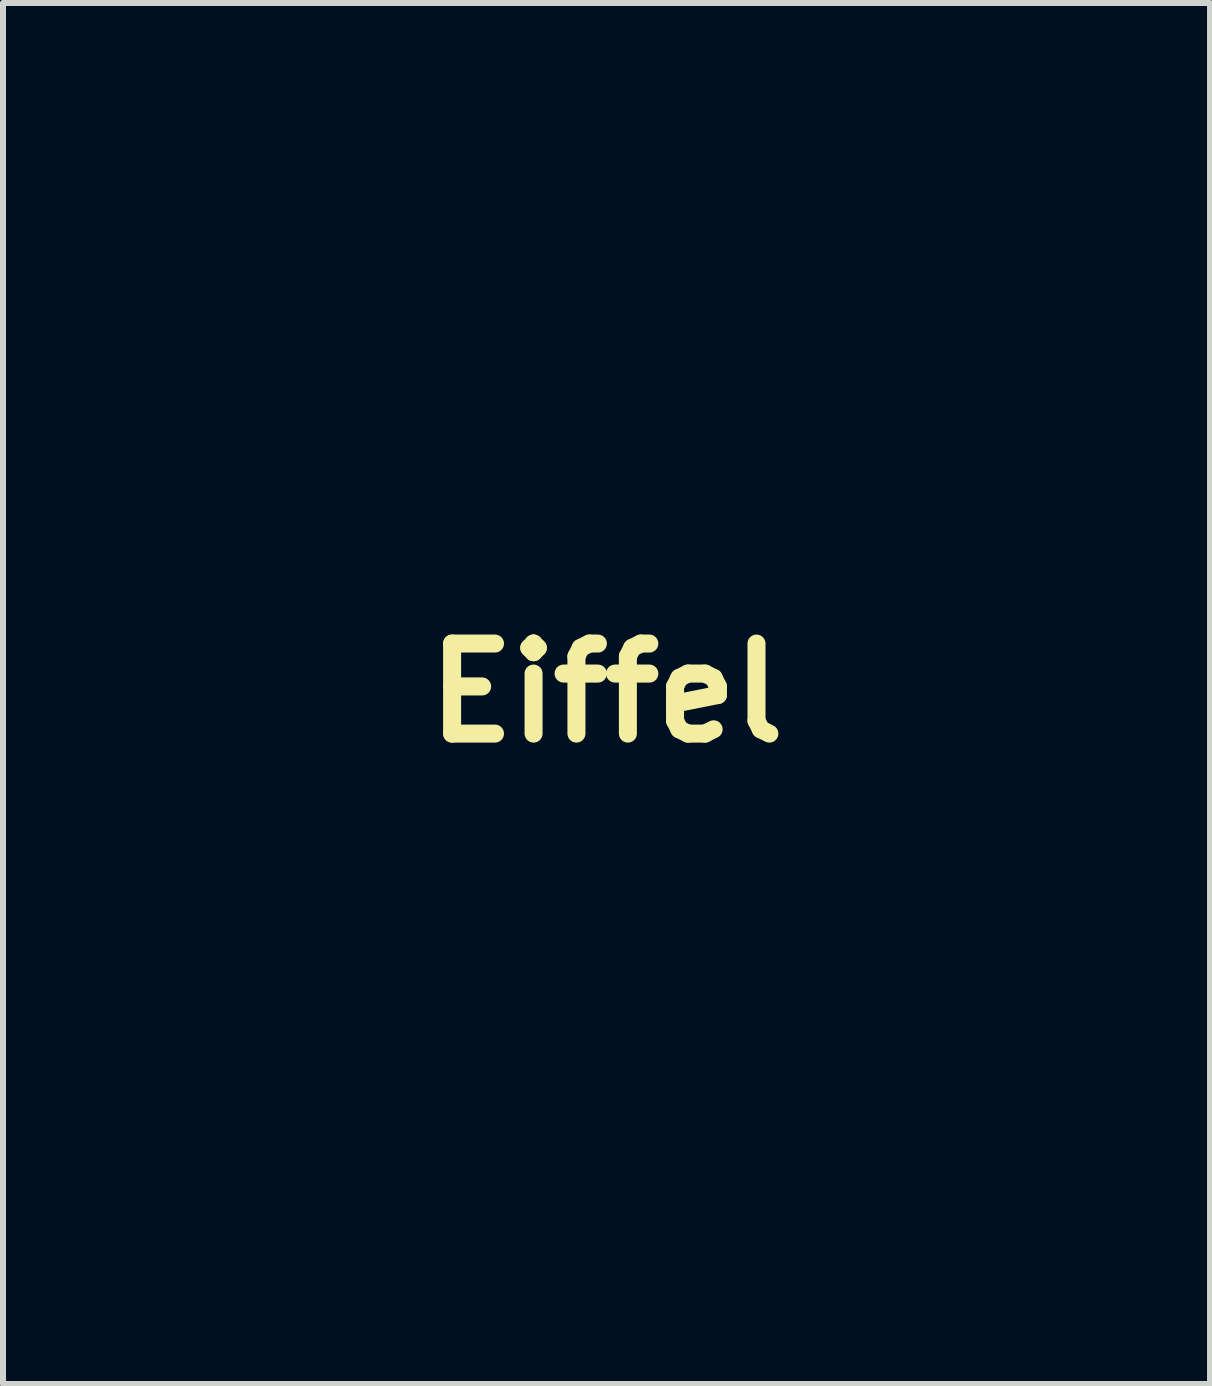
<source format=kicad_pcb>
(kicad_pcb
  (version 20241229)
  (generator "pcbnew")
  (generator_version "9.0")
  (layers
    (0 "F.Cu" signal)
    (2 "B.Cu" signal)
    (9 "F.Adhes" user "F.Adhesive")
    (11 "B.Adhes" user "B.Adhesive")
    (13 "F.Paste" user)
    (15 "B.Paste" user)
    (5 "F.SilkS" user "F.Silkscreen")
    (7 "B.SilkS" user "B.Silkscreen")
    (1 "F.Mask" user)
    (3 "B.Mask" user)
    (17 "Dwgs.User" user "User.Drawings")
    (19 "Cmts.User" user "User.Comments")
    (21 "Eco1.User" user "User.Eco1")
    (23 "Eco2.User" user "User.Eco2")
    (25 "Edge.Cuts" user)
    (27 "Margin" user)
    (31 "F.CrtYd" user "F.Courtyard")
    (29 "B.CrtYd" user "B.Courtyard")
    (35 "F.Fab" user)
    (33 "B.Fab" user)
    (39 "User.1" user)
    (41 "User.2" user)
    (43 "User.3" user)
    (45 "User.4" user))
  (footprint "Eiffel"
    (layer "F.Cu")
    (at 7.054 8.494)
    (property "Reference" "Eiffel" (at 0 0 0) (layer "F.SilkS") (effects (font (size 1.5 1.5) (thickness 0.3))))
    (attr board_only exclude_from_pos_files exclude_from_bom)
    (fp_poly (pts (xy -1.825 4.693) (xy -1.793 4.706) (xy -1.78 4.739) (xy -1.779 4.77) (xy -1.787 4.825) (xy -1.808 4.847) (xy -1.833 4.835) (xy -1.851 4.803) (xy -1.87 4.737) (xy -1.865 4.701) (xy -1.834 4.692)) (stroke (width 0) (type solid)) (fill yes) (layer "F.Mask"))
    (fp_poly (pts (xy -2.24 4.839) (xy -2.223 4.88) (xy -2.233 4.937) (xy -2.241 4.956) (xy -2.274 4.993) (xy -2.305 4.992) (xy -2.325 4.956) (xy -2.327 4.936) (xy -2.33 4.883) (xy -2.332 4.849) (xy -2.316 4.829) (xy -2.283 4.823)) (stroke (width 0) (type solid)) (fill yes) (layer "F.Mask"))
    (fp_poly (pts (xy -1.446 1.459) (xy -1.413 1.496) (xy -1.407 1.513) (xy -1.402 1.579) (xy -1.42 1.616) (xy -1.453 1.621) (xy -1.492 1.592) (xy -1.516 1.553) (xy -1.537 1.496) (xy -1.532 1.463) (xy -1.528 1.458) (xy -1.49 1.444)) (stroke (width 0) (type solid)) (fill yes) (layer "F.Mask"))
    (fp_poly (pts (xy -1.435 4.579) (xy -1.422 4.602) (xy -1.4 4.683) (xy -1.415 4.763) (xy -1.42 4.773) (xy -1.449 4.808) (xy -1.475 4.804) (xy -1.489 4.78) (xy -1.501 4.711) (xy -1.492 4.639) (xy -1.473 4.597) (xy -1.451 4.571)) (stroke (width 0) (type solid)) (fill yes) (layer "F.Mask"))
    (fp_poly (pts (xy -1.252 4.542) (xy -1.226 4.586) (xy -1.22 4.643) (xy -1.23 4.679) (xy -1.261 4.721) (xy -1.294 4.727) (xy -1.32 4.696) (xy -1.324 4.684) (xy -1.338 4.603) (xy -1.33 4.549) (xy -1.303 4.525) (xy -1.295 4.525)) (stroke (width 0) (type solid)) (fill yes) (layer "F.Mask"))
    (fp_poly (pts (xy -1.663 4.666) (xy -1.638 4.71) (xy -1.631 4.766) (xy -1.634 4.784) (xy -1.653 4.824) (xy -1.678 4.832) (xy -1.694 4.818) (xy -1.703 4.789) (xy -1.715 4.737) (xy -1.718 4.725) (xy -1.724 4.674) (xy -1.716 4.652) (xy -1.7 4.648)) (stroke (width 0) (type solid)) (fill yes) (layer "F.Mask"))
    (fp_poly (pts (xy -0.357 4.529) (xy -0.35 4.595) (xy -0.358 4.664) (xy -0.379 4.711) (xy -0.408 4.73) (xy -0.439 4.717) (xy -0.45 4.686) (xy -0.453 4.633) (xy -0.45 4.574) (xy -0.441 4.524) (xy -0.428 4.499) (xy -0.427 4.499) (xy -0.383 4.497)) (stroke (width 0) (type solid)) (fill yes) (layer "F.Mask"))
    (fp_poly (pts (xy -0.23 -5.437) (xy -0.233 -5.398) (xy -0.265 -5.331) (xy -0.299 -5.276) (xy -0.348 -5.205) (xy -0.383 -5.17) (xy -0.408 -5.167) (xy -0.424 -5.191) (xy -0.422 -5.234) (xy -0.398 -5.292) (xy -0.361 -5.354) (xy -0.317 -5.409) (xy -0.275 -5.444) (xy -0.253 -5.45)) (stroke (width 0) (type solid)) (fill yes) (layer "F.Mask"))
    (fp_poly (pts (xy 2.499 4.694) (xy 2.509 4.747) (xy 2.509 4.757) (xy 2.502 4.84) (xy 2.483 4.895) (xy 2.456 4.918) (xy 2.422 4.904) (xy 2.42 4.902) (xy 2.408 4.866) (xy 2.407 4.81) (xy 2.416 4.751) (xy 2.434 4.707) (xy 2.439 4.701) (xy 2.475 4.678)) (stroke (width 0) (type solid)) (fill yes) (layer "F.Mask"))
    (fp_poly (pts (xy -0.978 -3.068) (xy -0.953 -3.04) (xy -0.926 -2.983) (xy -0.92 -2.967) (xy -0.896 -2.885) (xy -0.893 -2.828) (xy -0.912 -2.799) (xy -0.924 -2.797) (xy -0.945 -2.814) (xy -0.977 -2.856) (xy -1.007 -2.905) (xy -1.048 -2.985) (xy -1.062 -3.038) (xy -1.047 -3.067) (xy -1.01 -3.075)) (stroke (width 0) (type solid)) (fill yes) (layer "F.Mask"))
    (fp_poly (pts (xy -0.211 4.541) (xy -0.199 4.566) (xy -0.195 4.621) (xy -0.195 4.627) (xy -0.199 4.688) (xy -0.213 4.718) (xy -0.231 4.726) (xy -0.268 4.718) (xy -0.279 4.703) (xy -0.285 4.662) (xy -0.284 4.605) (xy -0.284 4.604) (xy -0.273 4.555) (xy -0.249 4.536) (xy -0.237 4.535)) (stroke (width 0) (type solid)) (fill yes) (layer "F.Mask"))
    (fp_poly (pts (xy -0.647 -3.141) (xy -0.641 -3.101) (xy -0.656 -3.044) (xy -0.689 -2.981) (xy -0.703 -2.961) (xy -0.758 -2.896) (xy -0.797 -2.866) (xy -0.824 -2.868) (xy -0.831 -2.876) (xy -0.829 -2.905) (xy -0.809 -2.955) (xy -0.778 -3.017) (xy -0.742 -3.078) (xy -0.707 -3.128) (xy -0.681 -3.155) (xy -0.675 -3.157)) (stroke (width 0) (type solid)) (fill yes) (layer "F.Mask"))
    (fp_poly (pts (xy 0.37 7.773) (xy 0.449 7.8) (xy 0.506 7.844) (xy 0.534 7.902) (xy 0.535 7.918) (xy 0.527 7.966) (xy 0.51 7.991) (xy 0.491 7.988) (xy 0.48 7.964) (xy 0.448 7.914) (xy 0.388 7.886) (xy 0.306 7.881) (xy 0.211 7.899) (xy 0.111 7.939) (xy 0.049 7.97) (xy 0.005 7.992) (xy -0.013 8) (xy -0.026 7.987) (xy -0.041 7.97) (xy -0.046 7.936) (xy -0.019 7.894) (xy 0.033 7.851) (xy 0.103 7.811) (xy 0.176 7.783) (xy 0.276 7.767)) (stroke (width 0) (type solid)) (fill yes) (layer "F.Mask"))
    (fp_poly (pts (xy 0.214 2.262) (xy 0.234 2.32) (xy 0.246 2.381) (xy 0.257 2.438) (xy 0.274 2.529) (xy 0.297 2.647) (xy 0.323 2.783) (xy 0.352 2.932) (xy 0.38 3.075) (xy 0.419 3.272) (xy 0.45 3.433) (xy 0.474 3.561) (xy 0.491 3.66) (xy 0.502 3.733) (xy 0.508 3.785) (xy 0.508 3.818) (xy 0.503 3.837) (xy 0.495 3.845) (xy 0.487 3.846) (xy 0.455 3.829) (xy 0.445 3.81) (xy 0.417 3.702) (xy 0.386 3.572) (xy 0.353 3.427) (xy 0.32 3.271) (xy 0.287 3.109) (xy 0.256 2.947) (xy 0.227 2.79) (xy 0.201 2.644) (xy 0.18 2.514) (xy 0.165 2.405) (xy 0.155 2.323) (xy 0.154 2.272) (xy 0.156 2.259) (xy 0.184 2.243) (xy 0.194 2.242)) (stroke (width 0) (type solid)) (fill yes) (layer "F.Mask"))
    (fp_poly (pts (xy 0.298 -1.98) (xy 0.304 -1.936) (xy 0.285 -1.868) (xy 0.243 -1.778) (xy 0.194 -1.694) (xy 0.157 -1.633) (xy 0.143 -1.594) (xy 0.147 -1.57) (xy 0.154 -1.56) (xy 0.205 -1.501) (xy 0.26 -1.427) (xy 0.314 -1.345) (xy 0.361 -1.267) (xy 0.395 -1.2) (xy 0.411 -1.155) (xy 0.411 -1.15) (xy 0.405 -1.105) (xy 0.385 -1.094) (xy 0.349 -1.118) (xy 0.297 -1.177) (xy 0.26 -1.225) (xy 0.183 -1.334) (xy 0.125 -1.425) (xy 0.089 -1.494) (xy 0.076 -1.538) (xy 0.081 -1.552) (xy 0.089 -1.579) (xy 0.077 -1.605) (xy 0.068 -1.629) (xy 0.07 -1.661) (xy 0.087 -1.71) (xy 0.121 -1.783) (xy 0.139 -1.82) (xy 0.185 -1.907) (xy 0.22 -1.962) (xy 0.248 -1.989) (xy 0.267 -1.995)) (stroke (width 0) (type solid)) (fill yes) (layer "F.Mask"))
    (fp_poly (pts (xy -2.687 6.858) (xy -2.637 6.883) (xy -2.615 6.918) (xy -2.618 6.938) (xy -2.643 6.962) (xy -2.698 6.972) (xy -2.72 6.972) (xy -2.799 6.98) (xy -2.839 7.004) (xy -2.842 7.044) (xy -2.835 7.06) (xy -2.828 7.103) (xy -2.845 7.137) (xy -2.878 7.151) (xy -2.908 7.139) (xy -2.95 7.122) (xy -2.996 7.12) (xy -3.027 7.127) (xy -3.053 7.145) (xy -3.078 7.182) (xy -3.11 7.245) (xy -3.126 7.279) (xy -3.154 7.312) (xy -3.186 7.314) (xy -3.194 7.308) (xy -3.203 7.281) (xy -3.208 7.229) (xy -3.208 7.213) (xy -3.201 7.152) (xy -3.173 7.101) (xy -3.138 7.063) (xy -3.074 7.012) (xy -3.016 6.993) (xy -3.014 6.993) (xy -2.954 6.972) (xy -2.897 6.921) (xy -2.847 6.873) (xy -2.799 6.852) (xy -2.758 6.849)) (stroke (width 0) (type solid)) (fill yes) (layer "F.Mask"))
    (fp_poly (pts (xy -1.451 5.304) (xy -1.409 5.314) (xy -1.407 5.316) (xy -1.386 5.34) (xy -1.39 5.352) (xy -1.43 5.366) (xy -1.507 5.383) (xy -1.616 5.403) (xy -1.754 5.424) (xy -1.917 5.447) (xy -2.1 5.471) (xy -2.299 5.494) (xy -2.437 5.51) (xy -2.62 5.529) (xy -2.766 5.545) (xy -2.879 5.556) (xy -2.965 5.563) (xy -3.026 5.567) (xy -3.068 5.567) (xy -3.094 5.564) (xy -3.108 5.558) (xy -3.116 5.549) (xy -3.119 5.543) (xy -3.125 5.51) (xy -3.122 5.501) (xy -3.099 5.494) (xy -3.04 5.482) (xy -2.951 5.466) (xy -2.837 5.446) (xy -2.702 5.423) (xy -2.552 5.399) (xy -2.391 5.373) (xy -2.365 5.369) (xy -2.21 5.347) (xy -2.053 5.329) (xy -1.9 5.315) (xy -1.758 5.305) (xy -1.631 5.299) (xy -1.527 5.299)) (stroke (width 0) (type solid)) (fill yes) (layer "F.Mask"))
    (fp_poly (pts (xy 3.638 6.466) (xy 3.648 6.493) (xy 3.641 6.539) (xy 3.616 6.612) (xy 3.616 6.613) (xy 3.592 6.684) (xy 3.586 6.728) (xy 3.592 6.74) (xy 3.625 6.757) (xy 3.68 6.791) (xy 3.748 6.836) (xy 3.823 6.887) (xy 3.894 6.938) (xy 3.953 6.983) (xy 3.993 7.015) (xy 4.006 7.029) (xy 4.001 7.052) (xy 3.964 7.051) (xy 3.896 7.026) (xy 3.799 6.978) (xy 3.734 6.943) (xy 3.537 6.831) (xy 3.48 6.946) (xy 3.435 7.026) (xy 3.399 7.067) (xy 3.373 7.067) (xy 3.361 7.048) (xy 3.361 7.006) (xy 3.379 6.934) (xy 3.412 6.836) (xy 3.424 6.805) (xy 3.42 6.777) (xy 3.386 6.742) (xy 3.338 6.709) (xy 3.241 6.642) (xy 3.181 6.589) (xy 3.158 6.552) (xy 3.164 6.536) (xy 3.194 6.534) (xy 3.255 6.558) (xy 3.316 6.59) (xy 3.382 6.625) (xy 3.434 6.652) (xy 3.461 6.663) (xy 3.462 6.664) (xy 3.478 6.647) (xy 3.504 6.604) (xy 3.526 6.562) (xy 3.565 6.492) (xy 3.593 6.455) (xy 3.616 6.448)) (stroke (width 0) (type solid)) (fill yes) (layer "F.Mask"))
    (fp_poly (pts (xy -2.412 6.108) (xy -2.31 6.137) (xy -2.288 6.147) (xy -2.206 6.2) (xy -2.139 6.264) (xy -2.09 6.333) (xy -2.065 6.398) (xy -2.068 6.453) (xy -2.078 6.469) (xy -2.107 6.488) (xy -2.131 6.476) (xy -2.156 6.443) (xy -2.16 6.427) (xy -2.176 6.383) (xy -2.218 6.332) (xy -2.275 6.286) (xy -2.318 6.262) (xy -2.38 6.245) (xy -2.461 6.234) (xy -2.514 6.232) (xy -2.586 6.234) (xy -2.633 6.244) (xy -2.67 6.268) (xy -2.704 6.302) (xy -2.741 6.339) (xy -2.773 6.359) (xy -2.814 6.366) (xy -2.876 6.363) (xy -2.904 6.361) (xy -2.977 6.356) (xy -3.025 6.36) (xy -3.062 6.376) (xy -3.104 6.41) (xy -3.121 6.425) (xy -3.181 6.472) (xy -3.231 6.496) (xy -3.262 6.496) (xy -3.27 6.477) (xy -3.256 6.426) (xy -3.222 6.364) (xy -3.178 6.307) (xy -3.151 6.283) (xy -3.107 6.259) (xy -3.048 6.246) (xy -2.963 6.242) (xy -2.951 6.242) (xy -2.869 6.24) (xy -2.818 6.231) (xy -2.788 6.214) (xy -2.78 6.206) (xy -2.717 6.152) (xy -2.627 6.117) (xy -2.521 6.101)) (stroke (width 0) (type solid)) (fill yes) (layer "F.Mask"))
    (fp_poly (pts (xy 3.526 7.664) (xy 3.555 7.686) (xy 3.597 7.733) (xy 3.645 7.792) (xy 3.69 7.855) (xy 3.725 7.909) (xy 3.743 7.946) (xy 3.743 7.951) (xy 3.751 7.961) (xy 3.777 7.969) (xy 3.826 7.975) (xy 3.903 7.98) (xy 4.014 7.983) (xy 4.098 7.985) (xy 4.228 7.987) (xy 4.323 7.99) (xy 4.388 7.995) (xy 4.428 8.001) (xy 4.45 8.01) (xy 4.458 8.021) (xy 4.459 8.023) (xy 4.448 8.052) (xy 4.4 8.07) (xy 4.4 8.07) (xy 4.364 8.073) (xy 4.293 8.075) (xy 4.192 8.077) (xy 4.068 8.078) (xy 3.926 8.078) (xy 3.772 8.078) (xy 3.612 8.078) (xy 3.452 8.077) (xy 3.297 8.075) (xy 3.153 8.073) (xy 3.027 8.07) (xy 2.946 8.067) (xy 2.857 8.063) (xy 2.8 8.058) (xy 2.77 8.049) (xy 2.758 8.036) (xy 2.756 8.021) (xy 2.758 8.007) (xy 2.767 7.997) (xy 2.788 7.99) (xy 2.827 7.985) (xy 2.888 7.981) (xy 2.976 7.979) (xy 3.098 7.976) (xy 3.198 7.975) (xy 3.639 7.97) (xy 3.555 7.842) (xy 3.51 7.764) (xy 3.487 7.705) (xy 3.487 7.668) (xy 3.512 7.659)) (stroke (width 0) (type solid)) (fill yes) (layer "F.Mask"))
    (fp_poly (pts (xy 4.093 7.022) (xy 4.103 7.053) (xy 4.095 7.109) (xy 4.069 7.197) (xy 4.062 7.219) (xy 4.04 7.292) (xy 4.027 7.347) (xy 4.025 7.377) (xy 4.027 7.379) (xy 4.077 7.399) (xy 4.142 7.433) (xy 4.214 7.473) (xy 4.285 7.514) (xy 4.343 7.552) (xy 4.381 7.58) (xy 4.391 7.592) (xy 4.374 7.62) (xy 4.328 7.627) (xy 4.26 7.617) (xy 4.175 7.588) (xy 4.115 7.56) (xy 3.972 7.488) (xy 3.918 7.652) (xy 3.888 7.736) (xy 3.863 7.787) (xy 3.841 7.811) (xy 3.824 7.815) (xy 3.79 7.8) (xy 3.784 7.779) (xy 3.79 7.742) (xy 3.804 7.679) (xy 3.824 7.603) (xy 3.825 7.599) (xy 3.846 7.528) (xy 3.86 7.472) (xy 3.866 7.444) (xy 3.867 7.443) (xy 3.85 7.429) (xy 3.805 7.401) (xy 3.74 7.365) (xy 3.717 7.353) (xy 3.585 7.283) (xy 3.489 7.229) (xy 3.427 7.189) (xy 3.397 7.164) (xy 3.394 7.157) (xy 3.409 7.132) (xy 3.455 7.13) (xy 3.532 7.151) (xy 3.642 7.194) (xy 3.785 7.262) (xy 3.79 7.264) (xy 3.908 7.323) (xy 3.929 7.269) (xy 3.943 7.227) (xy 3.949 7.207) (xy 3.959 7.172) (xy 3.983 7.122) (xy 4.014 7.07) (xy 4.044 7.029) (xy 4.065 7.013)) (stroke (width 0) (type solid)) (fill yes) (layer "F.Mask"))
    (fp_poly (pts (xy -5.194 7.349) (xy -5.166 7.376) (xy -5.133 7.429) (xy -5.099 7.496) (xy -5.072 7.564) (xy -5.058 7.622) (xy -5.057 7.63) (xy -5.055 7.661) (xy -5.05 7.656) (xy -5.041 7.62) (xy -5.021 7.572) (xy -4.988 7.558) (xy -4.953 7.575) (xy -4.93 7.625) (xy -4.919 7.712) (xy -4.918 7.749) (xy -4.915 7.836) (xy -4.764 7.836) (xy -4.642 7.839) (xy -4.558 7.848) (xy -4.507 7.864) (xy -4.485 7.888) (xy -4.484 7.897) (xy -4.503 7.922) (xy -4.554 7.94) (xy -4.631 7.95) (xy -4.723 7.952) (xy -4.807 7.946) (xy -4.915 7.933) (xy -4.915 8.005) (xy -4.922 8.108) (xy -4.94 8.175) (xy -4.97 8.205) (xy -4.98 8.206) (xy -4.996 8.203) (xy -5.007 8.189) (xy -5.014 8.158) (xy -5.018 8.103) (xy -5.02 8.017) (xy -5.021 7.954) (xy -5.024 7.702) (xy -5.041 7.867) (xy -5.066 8.046) (xy -5.102 8.189) (xy -5.135 8.273) (xy -5.169 8.316) (xy -5.205 8.329) (xy -5.234 8.31) (xy -5.235 8.281) (xy -5.225 8.226) (xy -5.21 8.171) (xy -5.19 8.085) (xy -5.178 7.98) (xy -5.173 7.844) (xy -5.173 7.805) (xy -5.174 7.695) (xy -5.177 7.617) (xy -5.185 7.561) (xy -5.198 7.517) (xy -5.217 7.475) (xy -5.217 7.475) (xy -5.243 7.411) (xy -5.245 7.366) (xy -5.224 7.345)) (stroke (width 0) (type solid)) (fill yes) (layer "F.Mask"))
    (fp_poly (pts (xy -5.247 5.519) (xy -5.129 5.544) (xy -5.066 5.57) (xy -4.987 5.624) (xy -4.923 5.691) (xy -4.883 5.761) (xy -4.874 5.807) (xy -4.88 5.85) (xy -4.9 5.857) (xy -4.936 5.83) (xy -4.958 5.807) (xy -5.006 5.763) (xy -5.07 5.714) (xy -5.099 5.694) (xy -5.152 5.663) (xy -5.201 5.646) (xy -5.261 5.637) (xy -5.346 5.635) (xy -5.352 5.635) (xy -5.471 5.641) (xy -5.563 5.663) (xy -5.64 5.703) (xy -5.7 5.753) (xy -5.749 5.786) (xy -5.784 5.786) (xy -5.8 5.755) (xy -5.8 5.747) (xy -5.814 5.722) (xy -5.847 5.72) (xy -5.886 5.739) (xy -5.915 5.769) (xy -5.938 5.828) (xy -5.936 5.904) (xy -5.933 5.965) (xy -5.952 5.996) (xy -5.995 5.997) (xy -6.066 5.97) (xy -6.073 5.966) (xy -6.165 5.932) (xy -6.238 5.926) (xy -6.287 5.947) (xy -6.291 5.951) (xy -6.312 5.988) (xy -6.336 6.044) (xy -6.342 6.059) (xy -6.37 6.114) (xy -6.403 6.144) (xy -6.433 6.144) (xy -6.449 6.122) (xy -6.452 6.069) (xy -6.434 5.999) (xy -6.401 5.926) (xy -6.358 5.865) (xy -6.349 5.855) (xy -6.306 5.82) (xy -6.268 5.804) (xy -6.215 5.803) (xy -6.175 5.806) (xy -6.111 5.811) (xy -6.075 5.806) (xy -6.052 5.787) (xy -6.036 5.759) (xy -5.994 5.701) (xy -5.937 5.655) (xy -5.876 5.624) (xy -5.819 5.612) (xy -5.777 5.626) (xy -5.769 5.636) (xy -5.746 5.639) (xy -5.704 5.613) (xy -5.698 5.608) (xy -5.612 5.559) (xy -5.501 5.527) (xy -5.375 5.513)) (stroke (width 0) (type solid)) (fill yes) (layer "F.Mask"))
    (fp_poly (pts (xy -6.353 6.176) (xy -6.305 6.194) (xy -6.26 6.224) (xy -6.255 6.25) (xy -6.286 6.268) (xy -6.332 6.273) (xy -6.387 6.277) (xy -6.418 6.298) (xy -6.438 6.336) (xy -6.452 6.415) (xy -6.436 6.496) (xy -6.393 6.563) (xy -6.354 6.592) (xy -6.306 6.629) (xy -6.297 6.666) (xy -6.328 6.701) (xy -6.336 6.706) (xy -6.366 6.726) (xy -6.361 6.747) (xy -6.345 6.766) (xy -6.301 6.802) (xy -6.251 6.829) (xy -6.209 6.852) (xy -6.191 6.874) (xy -6.191 6.874) (xy -6.179 6.883) (xy -6.164 6.873) (xy -6.112 6.849) (xy -6.038 6.836) (xy -5.962 6.836) (xy -5.904 6.848) (xy -5.855 6.88) (xy -5.828 6.92) (xy -5.829 6.958) (xy -5.844 6.974) (xy -5.879 6.979) (xy -5.891 6.971) (xy -5.923 6.958) (xy -5.977 6.952) (xy -5.99 6.952) (xy -6.073 6.971) (xy -6.139 7.023) (xy -6.18 7.1) (xy -6.182 7.109) (xy -6.202 7.16) (xy -6.225 7.191) (xy -6.243 7.212) (xy -6.224 7.225) (xy -6.222 7.226) (xy -6.196 7.253) (xy -6.19 7.292) (xy -6.203 7.328) (xy -6.231 7.342) (xy -6.27 7.333) (xy -6.283 7.322) (xy -6.316 7.303) (xy -6.369 7.301) (xy -6.428 7.314) (xy -6.476 7.34) (xy -6.481 7.345) (xy -6.506 7.381) (xy -6.515 7.431) (xy -6.51 7.502) (xy -6.49 7.602) (xy -6.487 7.614) (xy -6.49 7.665) (xy -6.521 7.693) (xy -6.577 7.697) (xy -6.649 7.674) (xy -6.657 7.67) (xy -6.748 7.641) (xy -6.829 7.651) (xy -6.905 7.7) (xy -6.939 7.736) (xy -6.993 7.792) (xy -7.03 7.812) (xy -7.05 7.796) (xy -7.054 7.756) (xy -7.036 7.685) (xy -6.987 7.616) (xy -6.916 7.561) (xy -6.91 7.558) (xy -6.84 7.535) (xy -6.759 7.528) (xy -6.688 7.538) (xy -6.667 7.546) (xy -6.648 7.552) (xy -6.638 7.538) (xy -6.633 7.496) (xy -6.633 7.445) (xy -6.629 7.369) (xy -6.616 7.318) (xy -6.589 7.278) (xy -6.583 7.273) (xy -6.507 7.216) (xy -6.415 7.187) (xy -6.332 7.189) (xy -6.288 7.196) (xy -6.275 7.185) (xy -6.281 7.15) (xy -6.282 7.097) (xy -6.27 7.031) (xy -6.265 7.014) (xy -6.237 6.931) (xy -6.297 6.931) (xy -6.366 6.913) (xy -6.426 6.866) (xy -6.466 6.802) (xy -6.476 6.74) (xy -6.487 6.659) (xy -6.517 6.595) (xy -6.562 6.497) (xy -6.578 6.399) (xy -6.565 6.31) (xy -6.526 6.238) (xy -6.477 6.2) (xy -6.411 6.174)) (stroke (width 0) (type solid)) (fill yes) (layer "F.Mask"))
    (fp_poly (pts (xy 2.735 4.658) (xy 2.746 4.691) (xy 2.728 4.75) (xy 2.726 4.755) (xy 2.701 4.821) (xy 2.677 4.897) (xy 2.673 4.91) (xy 2.656 4.963) (xy 2.637 4.994) (xy 2.63 4.998) (xy 2.63 5.009) (xy 2.657 5.037) (xy 2.671 5.05) (xy 2.707 5.086) (xy 2.759 5.148) (xy 2.823 5.227) (xy 2.89 5.315) (xy 2.903 5.333) (xy 2.964 5.413) (xy 3.036 5.506) (xy 3.121 5.613) (xy 3.221 5.737) (xy 3.339 5.88) (xy 3.476 6.045) (xy 3.634 6.233) (xy 3.815 6.448) (xy 4.019 6.688) (xy 4.345 7.073) (xy 4.388 6.987) (xy 4.454 6.895) (xy 4.54 6.834) (xy 4.64 6.808) (xy 4.656 6.808) (xy 4.761 6.827) (xy 4.851 6.885) (xy 4.926 6.981) (xy 4.926 6.982) (xy 4.982 7.076) (xy 5.057 7.007) (xy 5.166 6.936) (xy 5.289 6.899) (xy 5.418 6.899) (xy 5.547 6.936) (xy 5.574 6.949) (xy 5.655 6.992) (xy 5.728 6.928) (xy 5.771 6.884) (xy 5.797 6.846) (xy 5.8 6.834) (xy 5.811 6.798) (xy 5.839 6.749) (xy 5.842 6.744) (xy 5.915 6.671) (xy 6.009 6.614) (xy 6.115 6.578) (xy 6.222 6.565) (xy 6.319 6.578) (xy 6.372 6.601) (xy 6.428 6.655) (xy 6.481 6.738) (xy 6.524 6.836) (xy 6.552 6.939) (xy 6.556 6.972) (xy 6.554 7.05) (xy 6.538 7.128) (xy 6.51 7.192) (xy 6.476 7.229) (xy 6.47 7.231) (xy 6.444 7.25) (xy 6.451 7.269) (xy 6.485 7.282) (xy 6.539 7.284) (xy 6.54 7.284) (xy 6.601 7.284) (xy 6.646 7.305) (xy 6.682 7.337) (xy 6.723 7.392) (xy 6.757 7.462) (xy 6.778 7.532) (xy 6.782 7.588) (xy 6.78 7.6) (xy 6.788 7.625) (xy 6.82 7.639) (xy 6.875 7.672) (xy 6.918 7.734) (xy 6.945 7.811) (xy 6.95 7.891) (xy 6.93 7.961) (xy 6.922 7.99) (xy 6.937 8.02) (xy 6.979 8.062) (xy 6.982 8.065) (xy 7.056 8.129) (xy 7.05 8.317) (xy 7.044 8.504) (xy 6.931 8.51) (xy 6.867 8.513) (xy 6.839 8.511) (xy 6.841 8.502) (xy 6.868 8.483) (xy 6.869 8.482) (xy 6.932 8.43) (xy 6.964 8.376) (xy 6.972 8.306) (xy 6.953 8.221) (xy 6.901 8.146) (xy 6.826 8.09) (xy 6.76 8.068) (xy 6.699 8.048) (xy 6.667 8.023) (xy 6.666 7.999) (xy 6.698 7.983) (xy 6.732 7.98) (xy 6.784 7.974) (xy 6.809 7.95) (xy 6.815 7.934) (xy 6.827 7.851) (xy 6.818 7.785) (xy 6.797 7.753) (xy 6.769 7.74) (xy 6.739 7.754) (xy 6.717 7.773) (xy 6.663 7.806) (xy 6.608 7.813) (xy 6.565 7.797) (xy 6.544 7.759) (xy 6.552 7.717) (xy 6.592 7.688) (xy 6.625 7.669) (xy 6.64 7.644) (xy 6.641 7.598) (xy 6.638 7.562) (xy 6.619 7.474) (xy 6.578 7.412) (xy 6.578 7.412) (xy 6.527 7.361) (xy 6.474 7.403) (xy 6.415 7.44) (xy 6.376 7.441) (xy 6.357 7.407) (xy 6.355 7.384) (xy 6.34 7.325) (xy 6.314 7.301) (xy 6.285 7.274) (xy 6.272 7.243) (xy 6.281 7.221) (xy 6.291 7.219) (xy 6.317 7.206) (xy 6.358 7.174) (xy 6.374 7.159) (xy 6.414 7.115) (xy 6.433 7.069) (xy 6.437 7.003) (xy 6.437 7) (xy 6.426 6.909) (xy 6.398 6.818) (xy 6.358 6.742) (xy 6.328 6.707) (xy 6.281 6.69) (xy 6.211 6.686) (xy 6.131 6.695) (xy 6.057 6.714) (xy 6.01 6.738) (xy 5.968 6.781) (xy 5.924 6.843) (xy 5.905 6.877) (xy 5.861 6.946) (xy 5.808 7.004) (xy 5.786 7.02) (xy 5.738 7.062) (xy 5.708 7.108) (xy 5.705 7.116) (xy 5.69 7.177) (xy 5.676 7.208) (xy 5.658 7.218) (xy 5.646 7.219) (xy 5.621 7.201) (xy 5.615 7.16) (xy 5.608 7.111) (xy 5.581 7.076) (xy 5.527 7.051) (xy 5.455 7.031) (xy 5.342 7.021) (xy 5.236 7.04) (xy 5.147 7.085) (xy 5.082 7.153) (xy 5.051 7.224) (xy 5.032 7.265) (xy 5.007 7.281) (xy 4.978 7.264) (xy 4.952 7.224) (xy 4.911 7.146) (xy 4.855 7.067) (xy 4.795 6.998) (xy 4.74 6.951) (xy 4.72 6.94) (xy 4.632 6.923) (xy 4.549 6.944) (xy 4.477 6.999) (xy 4.433 7.066) (xy 4.399 7.137) (xy 4.642 7.438) (xy 4.884 7.739) (xy 5.193 7.722) (xy 5.348 7.714) (xy 5.466 7.709) (xy 5.553 7.709) (xy 5.612 7.714) (xy 5.649 7.726) (xy 5.668 7.747) (xy 5.674 7.777) (xy 5.671 7.819) (xy 5.667 7.852) (xy 5.662 7.906) (xy 5.668 7.93) (xy 5.69 7.932) (xy 5.702 7.93) (xy 5.746 7.924) (xy 5.815 7.916) (xy 5.896 7.908) (xy 5.898 7.908) (xy 5.975 7.902) (xy 6.021 7.902) (xy 6.046 7.911) (xy 6.06 7.931) (xy 6.069 7.953) (xy 6.08 8.009) (xy 6.083 8.099) (xy 6.078 8.206) (xy 6.07 8.325) (xy 6.061 8.409) (xy 6.052 8.464) (xy 6.039 8.496) (xy 6.022 8.511) (xy 5.998 8.515) (xy 5.995 8.515) (xy 5.974 8.513) (xy 5.96 8.504) (xy 5.953 8.479) (xy 5.952 8.431) (xy 5.955 8.352) (xy 5.957 8.314) (xy 5.961 8.223) (xy 5.965 8.145) (xy 5.969 8.09) (xy 5.97 8.073) (xy 5.969 8.054) (xy 5.956 8.042) (xy 5.921 8.037) (xy 5.858 8.037) (xy 5.81 8.038) (xy 5.729 8.038) (xy 5.662 8.034) (xy 5.622 8.026) (xy 5.618 8.024) (xy 5.599 7.994) (xy 5.583 7.939) (xy 5.579 7.908) (xy 5.568 7.811) (xy 5.442 7.823) (xy 5.367 7.829) (xy 5.267 7.837) (xy 5.156 7.844) (xy 5.086 7.848) (xy 4.856 7.862) (xy 4.85 7.955) (xy 4.839 8.023) (xy 4.815 8.062) (xy 4.769 8.076) (xy 4.694 8.069) (xy 4.663 8.063) (xy 4.592 8.045) (xy 4.555 8.026) (xy 4.545 8.003) (xy 4.553 7.981) (xy 4.582 7.97) (xy 4.642 7.968) (xy 4.643 7.968) (xy 4.741 7.97) (xy 4.739 7.84) (xy 4.737 7.711) (xy 4.459 7.388) (xy 4.317 7.223) (xy 4.18 7.063) (xy 4.05 6.911) (xy 3.93 6.772) (xy 3.824 6.648) (xy 3.735 6.543) (xy 3.665 6.462) (xy 3.619 6.406) (xy 3.609 6.395) (xy 3.569 6.346) (xy 3.511 6.277) (xy 3.447 6.199) (xy 3.416 6.163) (xy 3.284 6.005) (xy 3.226 6.092) (xy 3.193 6.144) (xy 3.171 6.181) (xy 3.167 6.191) (xy 3.185 6.203) (xy 3.231 6.229) (xy 3.297 6.261) (xy 3.321 6.273) (xy 3.409 6.318) (xy 3.458 6.354) (xy 3.469 6.376) (xy 3.449 6.398) (xy 3.399 6.397) (xy 3.318 6.371) (xy 3.234 6.335) (xy 3.105 6.275) (xy 3.072 6.325) (xy 3.039 6.361) (xy 3.007 6.375) (xy 2.988 6.367) (xy 2.988 6.34) (xy 3.005 6.288) (xy 3.012 6.27) (xy 3.011 6.244) (xy 2.983 6.216) (xy 2.922 6.179) (xy 2.851 6.134) (xy 2.818 6.098) (xy 2.82 6.076) (xy 2.854 6.07) (xy 2.918 6.085) (xy 2.982 6.11) (xy 3.074 6.152) (xy 3.115 6.094) (xy 3.158 6.04) (xy 3.198 5.995) (xy 3.239 5.954) (xy 3.074 5.748) (xy 3.006 5.664) (xy 2.943 5.584) (xy 2.893 5.519) (xy 2.862 5.476) (xy 2.861 5.476) (xy 2.815 5.409) (xy 2.605 5.408) (xy 2.501 5.406) (xy 2.373 5.399) (xy 2.236 5.39) (xy 2.108 5.378) (xy 2.004 5.367) (xy 1.916 5.358) (xy 1.852 5.352) (xy 1.818 5.348) (xy 1.815 5.348) (xy 1.81 5.331) (xy 1.81 5.317) (xy 1.813 5.305) (xy 1.824 5.296) (xy 1.847 5.29) (xy 1.888 5.287) (xy 1.951 5.287) (xy 2.04 5.29) (xy 2.16 5.295) (xy 2.314 5.303) (xy 2.374 5.306) (xy 2.493 5.312) (xy 2.596 5.317) (xy 2.678 5.319) (xy 2.731 5.32) (xy 2.75 5.319) (xy 2.74 5.302) (xy 2.709 5.26) (xy 2.663 5.202) (xy 2.63 5.162) (xy 2.572 5.092) (xy 2.537 5.045) (xy 2.523 5.016) (xy 2.527 4.997) (xy 2.537 4.987) (xy 2.563 4.946) (xy 2.571 4.887) (xy 2.58 4.816) (xy 2.605 4.746) (xy 2.638 4.688) (xy 2.675 4.653) (xy 2.693 4.648)) (stroke (width 0) (type solid)) (fill yes) (layer "F.Mask"))
    (fp_poly (pts (xy -0.382 -8.492) (xy -0.363 -8.481) (xy -0.352 -8.451) (xy -0.344 -8.394) (xy -0.339 -8.35) (xy -0.33 -8.273) (xy -0.319 -8.229) (xy -0.303 -8.209) (xy -0.288 -8.206) (xy -0.245 -8.191) (xy -0.226 -8.175) (xy -0.215 -8.137) (xy -0.235 -8.102) (xy -0.279 -8.083) (xy -0.29 -8.083) (xy -0.318 -8.073) (xy -0.329 -8.036) (xy -0.329 -8.016) (xy -0.333 -7.948) (xy -0.342 -7.875) (xy -0.342 -7.872) (xy -0.348 -7.821) (xy -0.338 -7.799) (xy -0.321 -7.795) (xy -0.291 -7.779) (xy -0.251 -7.738) (xy -0.221 -7.699) (xy -0.171 -7.631) (xy -0.11 -7.551) (xy -0.06 -7.488) (xy 0.016 -7.373) (xy 0.053 -7.251) (xy 0.055 -7.116) (xy 0.049 -7.078) (xy 0.038 -7.031) (xy 0.018 -7.001) (xy -0.018 -6.989) (xy -0.076 -6.992) (xy -0.162 -7.01) (xy -0.233 -7.028) (xy -0.316 -7.049) (xy -0.385 -7.065) (xy -0.43 -7.074) (xy -0.439 -7.075) (xy -0.451 -7.065) (xy -0.455 -7.03) (xy -0.449 -6.964) (xy -0.444 -6.931) (xy -0.435 -6.742) (xy -0.444 -6.643) (xy -0.464 -6.499) (xy -0.412 -6.499) (xy -0.365 -6.491) (xy -0.298 -6.47) (xy -0.242 -6.45) (xy -0.123 -6.401) (xy -0.123 -6.53) (xy -0.114 -6.633) (xy -0.087 -6.728) (xy -0.048 -6.808) (xy -0.001 -6.864) (xy 0.047 -6.886) (xy 0.089 -6.882) (xy 0.102 -6.857) (xy 0.086 -6.805) (xy 0.06 -6.758) (xy 0.019 -6.655) (xy -0.004 -6.518) (xy -0.008 -6.353) (xy 0.008 -6.161) (xy 0.009 -6.149) (xy 0.028 -5.995) (xy 0.048 -5.819) (xy 0.068 -5.628) (xy 0.088 -5.428) (xy 0.108 -5.223) (xy 0.126 -5.021) (xy 0.143 -4.827) (xy 0.158 -4.646) (xy 0.17 -4.485) (xy 0.179 -4.349) (xy 0.184 -4.243) (xy 0.185 -4.189) (xy 0.183 -4.129) (xy 0.174 -4.101) (xy 0.154 -4.096) (xy 0.149 -4.097) (xy 0.123 -4.116) (xy 0.106 -4.167) (xy 0.099 -4.206) (xy 0.078 -4.353) (xy 0.056 -4.526) (xy 0.034 -4.707) (xy 0.014 -4.882) (xy -0.000077 -5.018) (xy -0.011 -5.124) (xy -0.025 -5.257) (xy -0.041 -5.402) (xy -0.056 -5.546) (xy -0.063 -5.607) (xy -0.077 -5.737) (xy -0.088 -5.865) (xy -0.097 -5.981) (xy -0.102 -6.074) (xy -0.103 -6.113) (xy -0.103 -6.267) (xy -0.197 -6.303) (xy -0.251 -6.322) (xy -0.287 -6.332) (xy -0.294 -6.332) (xy -0.305 -6.31) (xy -0.327 -6.268) (xy -0.33 -6.263) (xy -0.367 -6.215) (xy -0.408 -6.194) (xy -0.454 -6.188) (xy -0.403 -6.148) (xy -0.346 -6.088) (xy -0.293 -6.008) (xy -0.259 -5.93) (xy -0.264 -5.885) (xy -0.293 -5.832) (xy -0.338 -5.781) (xy -0.387 -5.746) (xy -0.418 -5.738) (xy -0.44 -5.735) (xy -0.433 -5.721) (xy -0.394 -5.692) (xy -0.389 -5.688) (xy -0.32 -5.631) (xy -0.27 -5.569) (xy -0.247 -5.512) (xy -0.247 -5.502) (xy -0.258 -5.474) (xy -0.291 -5.48) (xy -0.344 -5.518) (xy -0.371 -5.544) (xy -0.446 -5.617) (xy -0.46 -5.397) (xy -0.465 -5.297) (xy -0.468 -5.185) (xy -0.471 -5.069) (xy -0.473 -4.955) (xy -0.473 -4.851) (xy -0.472 -4.764) (xy -0.469 -4.702) (xy -0.465 -4.671) (xy -0.463 -4.669) (xy -0.445 -4.682) (xy -0.409 -4.718) (xy -0.373 -4.755) (xy -0.293 -4.841) (xy -0.375 -4.95) (xy -0.424 -5.026) (xy -0.444 -5.081) (xy -0.432 -5.113) (xy -0.401 -5.121) (xy -0.373 -5.105) (xy -0.333 -5.064) (xy -0.303 -5.025) (xy -0.259 -4.965) (xy -0.219 -4.916) (xy -0.201 -4.897) (xy -0.172 -4.862) (xy -0.165 -4.841) (xy -0.18 -4.813) (xy -0.218 -4.771) (xy -0.27 -4.726) (xy -0.323 -4.686) (xy -0.36 -4.665) (xy -0.407 -4.643) (xy -0.328 -4.517) (xy -0.285 -4.455) (xy -0.248 -4.41) (xy -0.223 -4.391) (xy -0.222 -4.391) (xy -0.192 -4.378) (xy -0.192 -4.341) (xy -0.219 -4.284) (xy -0.272 -4.212) (xy -0.296 -4.184) (xy -0.409 -4.058) (xy -0.325 -3.916) (xy -0.279 -3.84) (xy -0.237 -3.771) (xy -0.206 -3.723) (xy -0.203 -3.718) (xy -0.176 -3.671) (xy -0.165 -3.635) (xy -0.165 -3.634) (xy -0.178 -3.596) (xy -0.215 -3.537) (xy -0.27 -3.465) (xy -0.336 -3.387) (xy -0.366 -3.354) (xy -0.448 -3.268) (xy -0.358 -3.13) (xy -0.307 -3.051) (xy -0.259 -2.971) (xy -0.223 -2.908) (xy -0.221 -2.905) (xy -0.191 -2.854) (xy -0.167 -2.823) (xy -0.16 -2.818) (xy -0.134 -2.806) (xy -0.103 -2.782) (xy -0.094 -2.774) (xy -0.087 -2.762) (xy -0.08 -2.745) (xy -0.075 -2.718) (xy -0.071 -2.678) (xy -0.068 -2.623) (xy -0.066 -2.548) (xy -0.064 -2.451) (xy -0.063 -2.328) (xy -0.063 -2.176) (xy -0.062 -1.992) (xy -0.062 -1.772) (xy -0.062 -1.594) (xy -0.063 -1.292) (xy -0.065 -1.001) (xy -0.068 -0.724) (xy -0.071 -0.465) (xy -0.076 -0.225) (xy -0.081 -0.01) (xy -0.087 0.18) (xy -0.093 0.34) (xy -0.1 0.468) (xy -0.107 0.561) (xy -0.114 0.612) (xy -0.135 0.663) (xy -0.167 0.679) (xy -0.192 0.671) (xy -0.204 0.641) (xy -0.206 0.595) (xy -0.206 0.511) (xy -0.306 0.6) (xy -0.406 0.689) (xy -0.301 0.703) (xy -0.233 0.712) (xy -0.14 0.723) (xy -0.037 0.735) (xy 0.01 0.74) (xy 0.109 0.751) (xy 0.203 0.762) (xy 0.278 0.771) (xy 0.304 0.774) (xy 0.358 0.781) (xy 0.381 0.776) (xy 0.379 0.756) (xy 0.372 0.738) (xy 0.361 0.695) (xy 0.345 0.617) (xy 0.33 0.524) (xy 0.454 0.524) (xy 0.458 0.653) (xy 0.461 0.716) (xy 0.469 0.757) (xy 0.49 0.781) (xy 0.532 0.794) (xy 0.602 0.803) (xy 0.658 0.809) (xy 0.709 0.815) (xy 0.739 0.819) (xy 0.74 0.819) (xy 0.733 0.809) (xy 0.702 0.778) (xy 0.668 0.747) (xy 0.605 0.686) (xy 0.542 0.622) (xy 0.52 0.598) (xy 0.454 0.524) (xy 0.33 0.524) (xy 0.327 0.509) (xy 0.307 0.379) (xy 0.285 0.231) (xy 0.263 0.072) (xy 0.242 -0.094) (xy 0.221 -0.259) (xy 0.202 -0.417) (xy 0.185 -0.564) (xy 0.177 -0.652) (xy 0.29 -0.652) (xy 0.311 -0.597) (xy 0.357 -0.527) (xy 0.429 -0.437) (xy 0.457 -0.403) (xy 0.541 -0.298) (xy 0.597 -0.218) (xy 0.627 -0.158) (xy 0.631 -0.117) (xy 0.629 -0.111) (xy 0.61 -0.086) (xy 0.579 -0.091) (xy 0.534 -0.127) (xy 0.472 -0.196) (xy 0.464 -0.206) (xy 0.415 -0.262) (xy 0.377 -0.303) (xy 0.356 -0.32) (xy 0.354 -0.32) (xy 0.353 -0.297) (xy 0.358 -0.243) (xy 0.366 -0.166) (xy 0.378 -0.077) (xy 0.391 0.017) (xy 0.404 0.105) (xy 0.417 0.178) (xy 0.427 0.228) (xy 0.432 0.244) (xy 0.447 0.242) (xy 0.475 0.203) (xy 0.514 0.129) (xy 0.516 0.126) (xy 0.557 0.045) (xy 0.589 -0.001) (xy 0.615 -0.017) (xy 0.641 -0.008) (xy 0.652 0.002) (xy 0.661 0.038) (xy 0.65 0.097) (xy 0.623 0.17) (xy 0.583 0.248) (xy 0.536 0.32) (xy 0.494 0.37) (xy 0.48 0.387) (xy 0.477 0.404) (xy 0.491 0.428) (xy 0.524 0.463) (xy 0.582 0.514) (xy 0.641 0.565) (xy 0.716 0.632) (xy 0.781 0.694) (xy 0.827 0.745) (xy 0.848 0.773) (xy 0.869 0.814) (xy 0.878 0.82) (xy 0.877 0.799) (xy 0.865 0.755) (xy 0.844 0.694) (xy 0.836 0.674) (xy 0.815 0.611) (xy 0.79 0.517) (xy 0.762 0.401) (xy 0.734 0.273) (xy 0.711 0.153) (xy 0.681 -0.007) (xy 0.646 -0.189) (xy 0.609 -0.375) (xy 0.575 -0.548) (xy 0.56 -0.624) (xy 0.533 -0.757) (xy 0.513 -0.854) (xy 0.498 -0.92) (xy 0.486 -0.957) (xy 0.477 -0.972) (xy 0.469 -0.968) (xy 0.46 -0.949) (xy 0.458 -0.942) (xy 0.428 -0.885) (xy 0.382 -0.821) (xy 0.36 -0.796) (xy 0.317 -0.745) (xy 0.293 -0.699) (xy 0.29 -0.652) (xy 0.177 -0.652) (xy 0.172 -0.693) (xy 0.164 -0.799) (xy 0.16 -0.864) (xy 0.158 -0.951) (xy 0.161 -1.004) (xy 0.169 -1.031) (xy 0.184 -1.039) (xy 0.185 -1.039) (xy 0.211 -1.019) (xy 0.232 -0.963) (xy 0.235 -0.951) (xy 0.25 -0.898) (xy 0.263 -0.867) (xy 0.267 -0.864) (xy 0.283 -0.88) (xy 0.313 -0.922) (xy 0.34 -0.966) (xy 0.386 -1.031) (xy 0.425 -1.065) (xy 0.439 -1.069) (xy 0.467 -1.079) (xy 0.467 -1.113) (xy 0.466 -1.116) (xy 0.457 -1.159) (xy 0.443 -1.236) (xy 0.425 -1.338) (xy 0.405 -1.457) (xy 0.383 -1.587) (xy 0.362 -1.718) (xy 0.342 -1.844) (xy 0.324 -1.956) (xy 0.311 -2.048) (xy 0.307 -2.077) (xy 0.291 -2.177) (xy 0.275 -2.247) (xy 0.255 -2.294) (xy 0.232 -2.324) (xy 0.184 -2.383) (xy 0.141 -2.449) (xy 0.107 -2.513) (xy 0.09 -2.563) (xy 0.09 -2.583) (xy 0.112 -2.609) (xy 0.145 -2.601) (xy 0.193 -2.557) (xy 0.195 -2.556) (xy 0.247 -2.499) (xy 0.247 -2.563) (xy 0.245 -2.618) (xy 0.239 -2.695) (xy 0.234 -2.754) (xy 0.22 -2.881) (xy 0.17 -2.793) (xy 0.12 -2.711) (xy 0.082 -2.663) (xy 0.051 -2.647) (xy 0.029 -2.655) (xy 0.014 -2.677) (xy 0.018 -2.711) (xy 0.036 -2.763) (xy 0.073 -2.846) (xy 0.112 -2.923) (xy 0.149 -2.982) (xy 0.179 -3.018) (xy 0.19 -3.023) (xy 0.201 -3.043) (xy 0.202 -3.1) (xy 0.199 -3.142) (xy 0.174 -3.388) (xy 0.155 -3.594) (xy 0.141 -3.76) (xy 0.134 -3.887) (xy 0.132 -3.975) (xy 0.136 -4.025) (xy 0.141 -4.036) (xy 0.172 -4.048) (xy 0.184 -4.04) (xy 0.189 -4.033) (xy 0.195 -4.019) (xy 0.201 -3.997) (xy 0.208 -3.962) (xy 0.217 -3.913) (xy 0.227 -3.845) (xy 0.239 -3.756) (xy 0.255 -3.642) (xy 0.273 -3.501) (xy 0.296 -3.329) (xy 0.322 -3.123) (xy 0.353 -2.879) (xy 0.359 -2.828) (xy 0.396 -2.534) (xy 0.429 -2.277) (xy 0.459 -2.053) (xy 0.484 -1.859) (xy 0.508 -1.689) (xy 0.529 -1.54) (xy 0.548 -1.409) (xy 0.567 -1.291) (xy 0.585 -1.182) (xy 0.604 -1.078) (xy 0.623 -0.977) (xy 0.644 -0.872) (xy 0.646 -0.864) (xy 0.66 -0.793) (xy 0.679 -0.692) (xy 0.702 -0.57) (xy 0.727 -0.437) (xy 0.75 -0.319) (xy 0.789 -0.106) (xy 0.823 0.07) (xy 0.851 0.215) (xy 0.874 0.331) (xy 0.894 0.424) (xy 0.911 0.498) (xy 0.926 0.556) (xy 0.94 0.604) (xy 0.952 0.638) (xy 0.982 0.74) (xy 0.997 0.827) (xy 0.994 0.892) (xy 0.978 0.925) (xy 0.949 0.93) (xy 0.885 0.932) (xy 0.791 0.93) (xy 0.672 0.924) (xy 0.535 0.917) (xy 0.383 0.906) (xy 0.224 0.894) (xy 0.062 0.881) (xy -0.097 0.867) (xy -0.248 0.852) (xy -0.384 0.838) (xy -0.502 0.823) (xy -0.595 0.81) (xy -0.658 0.798) (xy -0.682 0.79) (xy -0.705 0.795) (xy -0.757 0.816) (xy -0.828 0.849) (xy -0.888 0.88) (xy -1.048 0.959) (xy -1.229 1.04) (xy -1.414 1.118) (xy -1.59 1.186) (xy -1.692 1.222) (xy -1.788 1.253) (xy -1.852 1.269) (xy -1.892 1.273) (xy -1.914 1.266) (xy -1.922 1.257) (xy -1.923 1.238) (xy -1.902 1.216) (xy -1.854 1.188) (xy -1.774 1.15) (xy -1.719 1.127) (xy -1.559 1.059) (xy -1.551 0.961) (xy -1.544 0.905) (xy -1.528 0.82) (xy -1.506 0.716) (xy -1.481 0.603) (xy -1.473 0.571) (xy -1.433 0.392) (xy -1.398 0.199) (xy -1.365 -0.013) (xy -1.334 -0.25) (xy -1.305 -0.518) (xy -1.277 -0.821) (xy -1.275 -0.843) (xy -1.26 -1.013) (xy -1.243 -1.195) (xy -1.225 -1.383) (xy -1.207 -1.572) (xy -1.188 -1.758) (xy -1.17 -1.935) (xy -1.152 -2.098) (xy -1.136 -2.243) (xy -1.122 -2.363) (xy -1.111 -2.455) (xy -1.102 -2.513) (xy -1.1 -2.525) (xy -1.081 -2.561) (xy -1.062 -2.571) (xy -1.036 -2.587) (xy -1.004 -2.629) (xy -0.996 -2.643) (xy -0.965 -2.689) (xy -0.937 -2.713) (xy -0.931 -2.715) (xy -0.909 -2.699) (xy -0.908 -2.656) (xy -0.928 -2.594) (xy -0.958 -2.535) (xy -0.991 -2.466) (xy -1.013 -2.383) (xy -1.027 -2.275) (xy -1.027 -2.271) (xy -1.034 -2.182) (xy -1.034 -2.122) (xy -1.026 -2.074) (xy -1.007 -2.028) (xy -0.995 -2.002) (xy -0.967 -1.94) (xy -0.949 -1.888) (xy -0.946 -1.869) (xy -0.959 -1.828) (xy -0.992 -1.817) (xy -1.019 -1.831) (xy -1.045 -1.845) (xy -1.058 -1.828) (xy -1.063 -1.797) (xy -1.07 -1.737) (xy -1.077 -1.656) (xy -1.085 -1.562) (xy -1.092 -1.465) (xy -1.098 -1.373) (xy -1.103 -1.296) (xy -1.105 -1.242) (xy -1.103 -1.22) (xy -1.09 -1.232) (xy -1.062 -1.269) (xy -1.038 -1.306) (xy -0.993 -1.364) (xy -0.952 -1.395) (xy -0.921 -1.396) (xy -0.906 -1.365) (xy -0.905 -1.352) (xy -0.919 -1.3) (xy -0.956 -1.23) (xy -1.011 -1.15) (xy -1.07 -1.08) (xy -1.123 -0.994) (xy -1.141 -0.898) (xy -1.122 -0.803) (xy -1.102 -0.763) (xy -1.063 -0.693) (xy -1.029 -0.617) (xy -1.005 -0.548) (xy -0.994 -0.496) (xy -0.997 -0.475) (xy -1.026 -0.453) (xy -1.062 -0.472) (xy -1.106 -0.531) (xy -1.115 -0.547) (xy -1.167 -0.642) (xy -1.182 -0.484) (xy -1.189 -0.39) (xy -1.189 -0.335) (xy -1.182 -0.319) (xy -1.166 -0.338) (xy -1.152 -0.37) (xy -1.126 -0.412) (xy -1.097 -0.432) (xy -1.095 -0.432) (xy -1.074 -0.416) (xy -1.072 -0.376) (xy -1.086 -0.322) (xy -1.114 -0.264) (xy -1.149 -0.218) (xy -1.203 -0.151) (xy -1.223 -0.093) (xy -1.211 -0.033) (xy -1.182 0.022) (xy -1.139 0.096) (xy -1.099 0.176) (xy -1.068 0.25) (xy -1.051 0.305) (xy -1.049 0.32) (xy -1.066 0.345) (xy -1.085 0.35) (xy -1.117 0.331) (xy -1.159 0.278) (xy -1.186 0.232) (xy -1.251 0.115) (xy -1.266 0.196) (xy -1.276 0.254) (xy -1.292 0.337) (xy -1.31 0.431) (xy -1.316 0.462) (xy -1.332 0.548) (xy -1.338 0.598) (xy -1.336 0.617) (xy -1.325 0.609) (xy -1.323 0.606) (xy -1.246 0.499) (xy -1.187 0.426) (xy -1.143 0.383) (xy -1.112 0.37) (xy -1.091 0.383) (xy -1.084 0.396) (xy -1.09 0.428) (xy -1.116 0.485) (xy -1.157 0.56) (xy -1.21 0.645) (xy -1.27 0.733) (xy -1.333 0.816) (xy -1.36 0.85) (xy -1.418 0.922) (xy -1.453 0.971) (xy -1.461 0.998) (xy -1.441 1.003) (xy -1.39 0.988) (xy -1.307 0.953) (xy -1.2 0.903) (xy -1.05 0.833) (xy -0.932 0.782) (xy -0.844 0.747) (xy -0.781 0.726) (xy -0.74 0.72) (xy -0.74 0.72) (xy -0.707 0.711) (xy -0.699 0.698) (xy -0.712 0.685) (xy -0.718 0.688) (xy -0.74 0.68) (xy -0.777 0.645) (xy -0.782 0.639) (xy -0.574 0.639) (xy -0.562 0.647) (xy -0.533 0.634) (xy -0.481 0.598) (xy -0.401 0.54) (xy -0.332 0.495) (xy -0.275 0.466) (xy -0.242 0.46) (xy -0.23 0.46) (xy -0.221 0.452) (xy -0.215 0.429) (xy -0.21 0.388) (xy -0.208 0.322) (xy -0.206 0.228) (xy -0.206 0.1) (xy -0.206 0.02) (xy -0.206 -0.429) (xy -0.314 -0.313) (xy -0.372 -0.252) (xy -0.424 -0.198) (xy -0.46 -0.163) (xy -0.463 -0.161) (xy -0.485 -0.135) (xy -0.48 -0.124) (xy -0.457 -0.108) (xy -0.417 -0.066) (xy -0.369 -0.008) (xy -0.319 0.058) (xy -0.274 0.122) (xy -0.241 0.176) (xy -0.226 0.21) (xy -0.226 0.212) (xy -0.237 0.245) (xy -0.268 0.246) (xy -0.314 0.217) (xy -0.371 0.161) (xy -0.405 0.121) (xy -0.503 -0.005) (xy -0.527 0.229) (xy -0.538 0.335) (xy -0.55 0.436) (xy -0.56 0.521) (xy -0.566 0.563) (xy -0.573 0.611) (xy -0.574 0.639) (xy -0.782 0.639) (xy -0.82 0.595) (xy -0.863 0.536) (xy -0.9 0.479) (xy -0.922 0.434) (xy -0.925 0.416) (xy -0.915 0.377) (xy -0.887 0.371) (xy -0.846 0.395) (xy -0.796 0.448) (xy -0.777 0.474) (xy -0.744 0.519) (xy -0.72 0.545) (xy -0.703 0.547) (xy -0.691 0.523) (xy -0.682 0.469) (xy -0.675 0.381) (xy -0.667 0.257) (xy -0.653 0.031) (xy -0.734 0.154) (xy -0.795 0.242) (xy -0.841 0.297) (xy -0.875 0.321) (xy -0.902 0.318) (xy -0.91 0.312) (xy -0.917 0.277) (xy -0.899 0.217) (xy -0.858 0.138) (xy -0.797 0.044) (xy -0.782 0.024) (xy -0.736 -0.032) (xy -0.699 -0.055) (xy -0.677 -0.055) (xy -0.646 -0.059) (xy -0.638 -0.086) (xy -0.653 -0.124) (xy -0.679 -0.155) (xy -0.718 -0.198) (xy -0.759 -0.255) (xy -0.766 -0.266) (xy -0.773 -0.278) (xy -0.494 -0.278) (xy -0.483 -0.267) (xy -0.473 -0.278) (xy -0.483 -0.288) (xy -0.494 -0.278) (xy -0.773 -0.278) (xy -0.809 -0.332) (xy -0.859 -0.4) (xy -0.868 -0.411) (xy -0.91 -0.476) (xy -0.925 -0.529) (xy -0.913 -0.565) (xy -0.879 -0.576) (xy -0.833 -0.559) (xy -0.802 -0.528) (xy -0.773 -0.483) (xy -0.732 -0.421) (xy -0.707 -0.384) (xy -0.643 -0.289) (xy -0.63 -0.396) (xy -0.625 -0.463) (xy -0.62 -0.557) (xy -0.618 -0.662) (xy -0.617 -0.729) (xy -0.617 -0.954) (xy -0.694 -0.827) (xy -0.738 -0.757) (xy -0.779 -0.696) (xy -0.808 -0.658) (xy -0.846 -0.629) (xy -0.874 -0.636) (xy -0.884 -0.672) (xy -0.875 -0.705) (xy -0.848 -0.763) (xy -0.811 -0.838) (xy -0.768 -0.918) (xy -0.725 -0.996) (xy -0.714 -1.014) (xy -0.473 -1.014) (xy -0.473 -0.656) (xy -0.473 -0.298) (xy -0.339 -0.442) (xy -0.274 -0.514) (xy -0.234 -0.566) (xy -0.213 -0.608) (xy -0.206 -0.647) (xy -0.206 -0.658) (xy -0.21 -0.698) (xy -0.227 -0.737) (xy -0.262 -0.786) (xy -0.32 -0.851) (xy -0.339 -0.872) (xy -0.473 -1.014) (xy -0.714 -1.014) (xy -0.685 -1.06) (xy -0.656 -1.102) (xy -0.648 -1.111) (xy -0.633 -1.13) (xy -0.637 -1.155) (xy -0.665 -1.196) (xy -0.685 -1.221) (xy -0.735 -1.284) (xy -0.473 -1.284) (xy -0.47 -1.229) (xy -0.462 -1.196) (xy -0.458 -1.192) (xy -0.439 -1.176) (xy -0.403 -1.134) (xy -0.356 -1.074) (xy -0.329 -1.038) (xy -0.279 -0.971) (xy -0.239 -0.919) (xy -0.215 -0.889) (xy -0.211 -0.885) (xy -0.209 -0.904) (xy -0.208 -0.959) (xy -0.207 -1.043) (xy -0.206 -1.15) (xy -0.206 -1.275) (xy -0.206 -1.327) (xy -0.206 -1.77) (xy -0.339 -1.573) (xy -0.399 -1.483) (xy -0.438 -1.417) (xy -0.461 -1.366) (xy -0.471 -1.322) (xy -0.473 -1.284) (xy -0.735 -1.284) (xy -0.757 -1.313) (xy -0.818 -1.397) (xy -0.863 -1.467) (xy -0.89 -1.518) (xy -0.894 -1.543) (xy -0.865 -1.564) (xy -0.822 -1.55) (xy -0.766 -1.5) (xy -0.694 -1.414) (xy -0.677 -1.392) (xy -0.619 -1.313) (xy -0.613 -1.677) (xy -0.607 -2.041) (xy -0.745 -1.89) (xy -0.812 -1.819) (xy -0.858 -1.777) (xy -0.888 -1.759) (xy -0.907 -1.762) (xy -0.908 -1.764) (xy -0.923 -1.792) (xy -0.909 -1.833) (xy -0.908 -1.835) (xy -0.854 -1.921) (xy -0.79 -2.005) (xy -0.725 -2.076) (xy -0.668 -2.121) (xy -0.667 -2.122) (xy -0.653 -2.133) (xy -0.491 -2.133) (xy -0.489 -2.05) (xy -0.486 -1.948) (xy -0.483 -1.894) (xy -0.468 -1.585) (xy -0.417 -1.661) (xy -0.374 -1.721) (xy -0.32 -1.793) (xy -0.285 -1.836) (xy -0.245 -1.886) (xy -0.222 -1.921) (xy -0.221 -1.933) (xy -0.241 -1.948) (xy -0.28 -1.988) (xy -0.331 -2.046) (xy -0.358 -2.078) (xy -0.411 -2.141) (xy -0.455 -2.187) (xy -0.482 -2.212) (xy -0.488 -2.213) (xy -0.491 -2.19) (xy -0.491 -2.133) (xy -0.653 -2.133) (xy -0.619 -2.16) (xy -0.599 -2.204) (xy -0.607 -2.262) (xy -0.643 -2.34) (xy -0.675 -2.394) (xy -0.734 -2.493) (xy -0.785 -2.588) (xy -0.824 -2.671) (xy -0.849 -2.734) (xy -0.855 -2.772) (xy -0.854 -2.776) (xy -0.823 -2.798) (xy -0.781 -2.782) (xy -0.732 -2.73) (xy -0.676 -2.644) (xy -0.64 -2.576) (xy -0.604 -2.512) (xy -0.572 -2.466) (xy -0.55 -2.447) (xy -0.55 -2.447) (xy -0.531 -2.441) (xy -0.503 -2.42) (xy -0.463 -2.38) (xy -0.407 -2.318) (xy -0.33 -2.228) (xy -0.308 -2.202) (xy -0.195 -2.07) (xy -0.182 -2.253) (xy -0.176 -2.359) (xy -0.17 -2.471) (xy -0.167 -2.567) (xy -0.167 -2.58) (xy -0.165 -2.723) (xy -0.242 -2.65) (xy -0.339 -2.563) (xy -0.415 -2.506) (xy -0.47 -2.481) (xy -0.499 -2.485) (xy -0.503 -2.51) (xy -0.479 -2.551) (xy -0.427 -2.612) (xy -0.343 -2.694) (xy -0.321 -2.715) (xy -0.261 -2.77) (xy -0.328 -2.867) (xy -0.376 -2.94) (xy -0.422 -3.014) (xy -0.441 -3.046) (xy -0.487 -3.128) (xy -0.502 -2.886) (xy -0.511 -2.762) (xy -0.523 -2.675) (xy -0.538 -2.624) (xy -0.558 -2.603) (xy -0.583 -2.61) (xy -0.589 -2.614) (xy -0.6 -2.632) (xy -0.607 -2.67) (xy -0.613 -2.731) (xy -0.616 -2.822) (xy -0.617 -2.948) (xy -0.617 -3.003) (xy -0.617 -3.368) (xy -0.709 -3.53) (xy -0.759 -3.618) (xy -0.788 -3.679) (xy -0.799 -3.717) (xy -0.795 -3.741) (xy -0.781 -3.754) (xy -0.747 -3.752) (xy -0.703 -3.717) (xy -0.656 -3.652) (xy -0.655 -3.651) (xy -0.617 -3.589) (xy -0.617 -3.663) (xy -0.473 -3.663) (xy -0.473 -3.656) (xy -0.472 -3.404) (xy -0.381 -3.507) (xy -0.334 -3.561) (xy -0.301 -3.603) (xy -0.289 -3.624) (xy -0.298 -3.646) (xy -0.324 -3.692) (xy -0.359 -3.75) (xy -0.397 -3.811) (xy -0.432 -3.864) (xy -0.457 -3.899) (xy -0.465 -3.908) (xy -0.468 -3.888) (xy -0.47 -3.836) (xy -0.472 -3.758) (xy -0.473 -3.663) (xy -0.617 -3.663) (xy -0.617 -3.722) (xy -0.619 -3.793) (xy -0.624 -3.829) (xy -0.635 -3.834) (xy -0.642 -3.83) (xy -0.678 -3.809) (xy -0.717 -3.807) (xy -0.739 -3.824) (xy -0.74 -3.832) (xy -0.729 -3.863) (xy -0.699 -3.912) (xy -0.679 -3.94) (xy -0.643 -3.996) (xy -0.621 -4.046) (xy -0.618 -4.063) (xy -0.626 -4.101) (xy -0.645 -4.149) (xy -0.473 -4.149) (xy -0.427 -4.208) (xy -0.389 -4.256) (xy -0.357 -4.293) (xy -0.355 -4.295) (xy -0.341 -4.319) (xy -0.347 -4.35) (xy -0.376 -4.396) (xy -0.421 -4.453) (xy -0.473 -4.514) (xy -0.473 -4.332) (xy -0.473 -4.149) (xy -0.645 -4.149) (xy -0.65 -4.162) (xy -0.684 -4.234) (xy -0.686 -4.237) (xy -0.735 -4.337) (xy -0.763 -4.41) (xy -0.766 -4.445) (xy -0.688 -4.445) (xy -0.668 -4.406) (xy -0.665 -4.4) (xy -0.639 -4.36) (xy -0.624 -4.34) (xy -0.623 -4.34) (xy -0.619 -4.358) (xy -0.617 -4.404) (xy -0.617 -4.423) (xy -0.619 -4.474) (xy -0.628 -4.493) (xy -0.65 -4.488) (xy -0.659 -4.483) (xy -0.685 -4.466) (xy -0.688 -4.445) (xy -0.766 -4.445) (xy -0.768 -4.465) (xy -0.753 -4.512) (xy -0.716 -4.559) (xy -0.698 -4.577) (xy -0.653 -4.625) (xy -0.624 -4.665) (xy -0.617 -4.681) (xy -0.628 -4.71) (xy -0.656 -4.761) (xy -0.689 -4.813) (xy -0.727 -4.873) (xy -0.753 -4.923) (xy -0.761 -4.947) (xy -0.749 -4.983) (xy -0.718 -4.987) (xy -0.677 -4.961) (xy -0.665 -4.948) (xy -0.617 -4.893) (xy -0.617 -4.979) (xy -0.619 -5.031) (xy -0.627 -5.049) (xy -0.646 -5.041) (xy -0.647 -5.04) (xy -0.685 -5.026) (xy -0.713 -5.042) (xy -0.72 -5.066) (xy -0.707 -5.095) (xy -0.675 -5.14) (xy -0.658 -5.16) (xy -0.614 -5.22) (xy -0.6 -5.272) (xy -0.617 -5.328) (xy -0.658 -5.392) (xy -0.709 -5.486) (xy -0.716 -5.545) (xy -0.647 -5.545) (xy -0.635 -5.519) (xy -0.61 -5.495) (xy -0.599 -5.504) (xy -0.596 -5.545) (xy -0.6 -5.581) (xy -0.615 -5.583) (xy -0.628 -5.573) (xy -0.647 -5.545) (xy -0.716 -5.545) (xy -0.72 -5.574) (xy -0.69 -5.656) (xy -0.658 -5.697) (xy -0.611 -5.76) (xy -0.608 -5.774) (xy -0.452 -5.774) (xy -0.401 -5.85) (xy -0.349 -5.926) (xy -0.392 -5.986) (xy -0.422 -6.026) (xy -0.442 -6.046) (xy -0.444 -6.047) (xy -0.448 -6.028) (xy -0.451 -5.979) (xy -0.452 -5.91) (xy -0.452 -5.774) (xy -0.608 -5.774) (xy -0.6 -5.813) (xy -0.626 -5.866) (xy -0.649 -5.892) (xy -0.687 -5.941) (xy -0.688 -5.975) (xy -0.656 -5.991) (xy -0.63 -5.991) (xy -0.576 -5.987) (xy -0.576 -6.173) (xy -0.576 -6.358) (xy -0.635 -6.316) (xy -0.661 -6.295) (xy -0.678 -6.272) (xy -0.69 -6.238) (xy -0.698 -6.184) (xy -0.704 -6.102) (xy -0.708 -6.052) (xy -0.721 -5.852) (xy -0.737 -5.634) (xy -0.755 -5.404) (xy -0.775 -5.165) (xy -0.796 -4.922) (xy -0.817 -4.678) (xy -0.839 -4.439) (xy -0.862 -4.209) (xy -0.883 -3.991) (xy -0.904 -3.791) (xy -0.924 -3.612) (xy -0.942 -3.459) (xy -0.958 -3.335) (xy -0.971 -3.247) (xy -0.978 -3.214) (xy -0.999 -3.177) (xy -1.032 -3.169) (xy -1.06 -3.193) (xy -1.062 -3.199) (xy -1.065 -3.23) (xy -1.065 -3.294) (xy -1.061 -3.382) (xy -1.054 -3.486) (xy -1.052 -3.523) (xy -1.041 -3.658) (xy -1.03 -3.816) (xy -1.018 -3.977) (xy -1.008 -4.123) (xy -1.007 -4.134) (xy -0.986 -4.436) (xy -0.967 -4.702) (xy -0.948 -4.936) (xy -0.931 -5.144) (xy -0.914 -5.33) (xy -0.897 -5.499) (xy -0.879 -5.656) (xy -0.86 -5.805) (xy -0.839 -5.952) (xy -0.819 -6.082) (xy -0.81 -6.22) (xy -0.822 -6.362) (xy -0.826 -6.383) (xy -0.471 -6.383) (xy -0.467 -6.335) (xy -0.464 -6.321) (xy -0.45 -6.268) (xy -0.4 -6.315) (xy -0.349 -6.363) (xy -0.406 -6.387) (xy -0.451 -6.399) (xy -0.471 -6.383) (xy -0.826 -6.383) (xy -0.852 -6.498) (xy -0.898 -6.616) (xy -0.957 -6.705) (xy -0.961 -6.709) (xy -0.996 -6.758) (xy -0.998 -6.798) (xy -0.997 -6.801) (xy -0.991 -6.828) (xy -0.905 -6.828) (xy -0.889 -6.808) (xy -0.873 -6.8) (xy -0.845 -6.773) (xy -0.811 -6.717) (xy -0.777 -6.644) (xy -0.748 -6.565) (xy -0.73 -6.492) (xy -0.728 -6.484) (xy -0.717 -6.432) (xy -0.698 -6.412) (xy -0.665 -6.424) (xy -0.614 -6.466) (xy -0.599 -6.48) (xy -0.579 -6.5) (xy -0.566 -6.523) (xy -0.558 -6.555) (xy -0.555 -6.606) (xy -0.556 -6.681) (xy -0.559 -6.789) (xy -0.563 -6.889) (xy -0.568 -6.974) (xy -0.575 -7.036) (xy -0.581 -7.066) (xy -0.581 -7.067) (xy -0.602 -7.061) (xy -0.646 -7.035) (xy -0.703 -6.996) (xy -0.767 -6.95) (xy -0.826 -6.904) (xy -0.874 -6.863) (xy -0.902 -6.835) (xy -0.905 -6.828) (xy -0.991 -6.828) (xy -0.985 -6.853) (xy -0.986 -6.877) (xy -0.975 -6.914) (xy -0.943 -6.963) (xy -0.925 -6.983) (xy -0.888 -7.028) (xy -0.878 -7.057) (xy -0.882 -7.063) (xy -0.892 -7.086) (xy -0.822 -7.086) (xy -0.821 -7.079) (xy -0.805 -7.084) (xy -0.768 -7.106) (xy -0.705 -7.146) (xy -0.68 -7.161) (xy -0.621 -7.194) (xy -0.572 -7.215) (xy -0.554 -7.219) (xy -0.54 -7.228) (xy -0.388 -7.228) (xy -0.374 -7.201) (xy -0.34 -7.188) (xy -0.335 -7.187) (xy -0.283 -7.173) (xy -0.211 -7.153) (xy -0.165 -7.139) (xy -0.103 -7.12) (xy -0.061 -7.108) (xy -0.049 -7.105) (xy -0.05 -7.124) (xy -0.055 -7.169) (xy -0.056 -7.181) (xy -0.063 -7.22) (xy -0.078 -7.247) (xy -0.109 -7.268) (xy -0.166 -7.292) (xy -0.213 -7.31) (xy -0.285 -7.335) (xy -0.34 -7.354) (xy -0.37 -7.363) (xy -0.371 -7.363) (xy -0.38 -7.345) (xy -0.386 -7.299) (xy -0.388 -7.281) (xy -0.388 -7.228) (xy -0.54 -7.228) (xy -0.523 -7.238) (xy -0.51 -7.28) (xy -0.501 -7.342) (xy -0.564 -7.294) (xy -0.624 -7.253) (xy -0.695 -7.211) (xy -0.715 -7.201) (xy -0.766 -7.173) (xy -0.797 -7.153) (xy -0.802 -7.148) (xy -0.809 -7.125) (xy -0.816 -7.104) (xy -0.822 -7.086) (xy -0.892 -7.086) (xy -0.894 -7.09) (xy -0.901 -7.143) (xy -0.902 -7.189) (xy -0.896 -7.267) (xy -0.875 -7.327) (xy -0.842 -7.377) (xy -0.674 -7.377) (xy -0.645 -7.387) (xy -0.598 -7.416) (xy -0.546 -7.446) (xy -0.509 -7.459) (xy -0.499 -7.459) (xy -0.489 -7.472) (xy -0.481 -7.516) (xy -0.481 -7.522) (xy -0.356 -7.522) (xy -0.346 -7.491) (xy -0.315 -7.471) (xy -0.278 -7.457) (xy -0.226 -7.439) (xy -0.195 -7.428) (xy -0.192 -7.426) (xy -0.2 -7.441) (xy -0.223 -7.483) (xy -0.258 -7.54) (xy -0.295 -7.601) (xy -0.323 -7.646) (xy -0.336 -7.665) (xy -0.343 -7.652) (xy -0.35 -7.61) (xy -0.353 -7.58) (xy -0.356 -7.522) (xy -0.481 -7.522) (xy -0.477 -7.575) (xy -0.473 -7.702) (xy -0.535 -7.59) (xy -0.576 -7.522) (xy -0.615 -7.463) (xy -0.638 -7.434) (xy -0.672 -7.393) (xy -0.674 -7.377) (xy -0.842 -7.377) (xy -0.841 -7.378) (xy -0.804 -7.429) (xy -0.751 -7.502) (xy -0.693 -7.585) (xy -0.66 -7.633) (xy -0.605 -7.71) (xy -0.557 -7.777) (xy -0.52 -7.825) (xy -0.505 -7.842) (xy -0.482 -7.89) (xy -0.473 -7.969) (xy -0.473 -7.975) (xy -0.475 -8.036) (xy -0.485 -8.069) (xy -0.514 -8.087) (xy -0.554 -8.101) (xy -0.623 -8.129) (xy -0.652 -8.159) (xy -0.641 -8.185) (xy -0.592 -8.202) (xy -0.54 -8.206) (xy -0.473 -8.206) (xy -0.473 -8.35) (xy -0.473 -8.494) (xy -0.413 -8.494)) (stroke (width 0) (type solid)) (fill yes) (layer "F.Mask"))
    (fp_poly (pts (xy -0.598 0.996) (xy -0.496 1.011) (xy -0.359 1.034) (xy -0.185 1.067) (xy -0.175 1.069) (xy -0.035 1.094) (xy 0.127 1.121) (xy 0.293 1.147) (xy 0.443 1.168) (xy 0.463 1.171) (xy 0.668 1.198) (xy 0.841 1.224) (xy 0.977 1.247) (xy 1.077 1.267) (xy 1.139 1.284) (xy 1.159 1.295) (xy 1.165 1.326) (xy 1.153 1.346) (xy 1.136 1.391) (xy 1.138 1.422) (xy 1.143 1.478) (xy 1.135 1.533) (xy 1.117 1.573) (xy 1.098 1.584) (xy 1.08 1.57) (xy 1.071 1.527) (xy 1.069 1.471) (xy 1.067 1.402) (xy 1.057 1.367) (xy 1.039 1.357) (xy 1.018 1.37) (xy 1.009 1.411) (xy 1.008 1.45) (xy 1.005 1.508) (xy 0.993 1.536) (xy 0.969 1.543) (xy 0.969 1.543) (xy 0.932 1.529) (xy 0.911 1.485) (xy 0.905 1.407) (xy 0.901 1.359) (xy 0.882 1.339) (xy 0.859 1.337) (xy 0.822 1.348) (xy 0.809 1.387) (xy 0.809 1.388) (xy 0.813 1.427) (xy 0.825 1.44) (xy 0.84 1.457) (xy 0.843 1.481) (xy 0.852 1.514) (xy 0.865 1.522) (xy 0.893 1.536) (xy 0.937 1.574) (xy 0.988 1.624) (xy 1.036 1.677) (xy 1.074 1.725) (xy 1.09 1.756) (xy 1.09 1.757) (xy 1.077 1.786) (xy 1.041 1.786) (xy 0.987 1.76) (xy 0.92 1.709) (xy 0.904 1.694) (xy 0.852 1.647) (xy 0.813 1.616) (xy 0.795 1.606) (xy 0.795 1.606) (xy 0.782 1.627) (xy 0.757 1.673) (xy 0.736 1.711) (xy 0.707 1.77) (xy 0.702 1.806) (xy 0.727 1.824) (xy 0.785 1.83) (xy 0.832 1.83) (xy 0.943 1.836) (xy 1.015 1.853) (xy 1.047 1.882) (xy 1.049 1.894) (xy 1.04 1.931) (xy 1.03 1.943) (xy 1 1.947) (xy 0.936 1.946) (xy 0.843 1.941) (xy 0.728 1.934) (xy 0.596 1.923) (xy 0.455 1.91) (xy 0.309 1.896) (xy 0.165 1.881) (xy 0.029 1.866) (xy -0.092 1.851) (xy -0.193 1.837) (xy -0.268 1.824) (xy -0.31 1.814) (xy -0.316 1.81) (xy -0.326 1.778) (xy -0.322 1.759) (xy -0.306 1.738) (xy -0.271 1.733) (xy -0.216 1.739) (xy -0.159 1.746) (xy -0.157 1.745) (xy -0.06 1.745) (xy 0.055 1.76) (xy 0.134 1.769) (xy 0.233 1.78) (xy 0.338 1.79) (xy 0.436 1.799) (xy 0.51 1.806) (xy 0.527 1.807) (xy 0.567 1.797) (xy 0.583 1.78) (xy 0.573 1.75) (xy 0.525 1.711) (xy 0.508 1.7) (xy 0.438 1.654) (xy 0.371 1.603) (xy 0.313 1.553) (xy 0.273 1.511) (xy 0.257 1.483) (xy 0.258 1.479) (xy 0.255 1.461) (xy 0.248 1.46) (xy 0.227 1.474) (xy 0.226 1.48) (xy 0.212 1.501) (xy 0.172 1.542) (xy 0.116 1.594) (xy 0.083 1.622) (xy -0.06 1.745) (xy -0.157 1.745) (xy -0.132 1.741) (xy -0.124 1.721) (xy -0.123 1.701) (xy -0.114 1.665) (xy -0.081 1.619) (xy -0.022 1.556) (xy 0.029 1.508) (xy 0.116 1.423) (xy 0.171 1.359) (xy 0.174 1.355) (xy 0.294 1.355) (xy 0.298 1.41) (xy 0.315 1.438) (xy 0.338 1.448) (xy 0.374 1.467) (xy 0.429 1.506) (xy 0.492 1.559) (xy 0.504 1.569) (xy 0.625 1.679) (xy 0.664 1.606) (xy 0.69 1.537) (xy 0.701 1.465) (xy 0.701 1.457) (xy 0.709 1.391) (xy 0.731 1.349) (xy 0.747 1.33) (xy 0.739 1.32) (xy 0.701 1.317) (xy 0.66 1.316) (xy 0.598 1.318) (xy 0.567 1.326) (xy 0.557 1.346) (xy 0.555 1.375) (xy 0.544 1.429) (xy 0.517 1.465) (xy 0.483 1.475) (xy 0.472 1.47) (xy 0.458 1.441) (xy 0.455 1.387) (xy 0.456 1.376) (xy 0.459 1.324) (xy 0.448 1.301) (xy 0.418 1.296) (xy 0.408 1.296) (xy 0.355 1.292) (xy 0.323 1.284) (xy 0.304 1.286) (xy 0.295 1.318) (xy 0.294 1.355) (xy 0.174 1.355) (xy 0.195 1.314) (xy 0.19 1.284) (xy 0.16 1.268) (xy 0.092 1.255) (xy 0.054 1.264) (xy 0.041 1.295) (xy 0.041 1.302) (xy 0.031 1.353) (xy 0.007 1.394) (xy -0.022 1.414) (xy -0.038 1.411) (xy -0.053 1.382) (xy -0.061 1.33) (xy -0.062 1.315) (xy -0.07 1.256) (xy -0.089 1.234) (xy -0.114 1.249) (xy -0.136 1.299) (xy -0.161 1.354) (xy -0.194 1.389) (xy -0.227 1.396) (xy -0.245 1.381) (xy -0.252 1.344) (xy -0.247 1.288) (xy -0.245 1.279) (xy -0.235 1.23) (xy -0.232 1.202) (xy -0.233 1.2) (xy -0.253 1.194) (xy -0.299 1.185) (xy -0.309 1.183) (xy -0.356 1.177) (xy -0.377 1.188) (xy -0.382 1.224) (xy -0.383 1.232) (xy -0.376 1.279) (xy -0.357 1.304) (xy -0.339 1.329) (xy -0.341 1.344) (xy -0.336 1.378) (xy -0.315 1.402) (xy -0.264 1.448) (xy -0.216 1.506) (xy -0.179 1.562) (xy -0.165 1.605) (xy -0.165 1.606) (xy -0.176 1.64) (xy -0.208 1.643) (xy -0.254 1.619) (xy -0.309 1.568) (xy -0.322 1.553) (xy -0.4 1.46) (xy -0.494 1.553) (xy -0.546 1.601) (xy -0.59 1.634) (xy -0.613 1.645) (xy -0.63 1.664) (xy -0.638 1.715) (xy -0.638 1.722) (xy -0.64 1.79) (xy -0.647 1.873) (xy -0.651 1.908) (xy -0.657 1.97) (xy -0.654 2.003) (xy -0.639 2.014) (xy -0.623 2.016) (xy -0.591 2.003) (xy -0.585 1.969) (xy -0.583 1.946) (xy -0.571 1.932) (xy -0.539 1.927) (xy -0.48 1.926) (xy -0.432 1.928) (xy -0.329 1.933) (xy -0.193 1.944) (xy -0.03 1.96) (xy 0.153 1.979) (xy 0.348 2.002) (xy 0.549 2.028) (xy 0.749 2.055) (xy 0.802 2.062) (xy 0.888 2.076) (xy 0.94 2.088) (xy 0.969 2.102) (xy 0.981 2.121) (xy 0.983 2.134) (xy 0.98 2.17) (xy 0.948 2.18) (xy 0.944 2.18) (xy 0.923 2.184) (xy 0.928 2.198) (xy 0.964 2.227) (xy 0.986 2.244) (xy 1.034 2.276) (xy 1.067 2.29) (xy 1.095 2.28) (xy 1.128 2.244) (xy 1.174 2.178) (xy 1.18 2.169) (xy 1.247 2.069) (xy 1.179 1.894) (xy 1.142 1.793) (xy 1.124 1.724) (xy 1.125 1.683) (xy 1.143 1.667) (xy 1.152 1.666) (xy 1.159 1.667) (xy 1.167 1.673) (xy 1.177 1.686) (xy 1.19 1.712) (xy 1.209 1.752) (xy 1.235 1.811) (xy 1.269 1.891) (xy 1.314 1.997) (xy 1.369 2.132) (xy 1.438 2.3) (xy 1.49 2.427) (xy 1.57 2.623) (xy 1.65 2.821) (xy 1.728 3.018) (xy 1.804 3.209) (xy 1.874 3.39) (xy 1.939 3.557) (xy 1.996 3.705) (xy 2.043 3.831) (xy 2.079 3.931) (xy 2.103 4) (xy 2.111 4.031) (xy 2.116 4.074) (xy 2.101 4.091) (xy 2.082 4.093) (xy 2.068 4.088) (xy 2.052 4.072) (xy 2.032 4.042) (xy 2.007 3.995) (xy 1.975 3.929) (xy 1.937 3.839) (xy 1.889 3.723) (xy 1.831 3.579) (xy 1.762 3.404) (xy 1.68 3.193) (xy 1.645 3.103) (xy 1.473 2.659) (xy 1.393 2.814) (xy 1.354 2.89) (xy 1.334 2.938) (xy 1.329 2.966) (xy 1.339 2.982) (xy 1.346 2.987) (xy 1.4 3.023) (xy 1.466 3.077) (xy 1.534 3.138) (xy 1.594 3.198) (xy 1.636 3.246) (xy 1.645 3.262) (xy 1.674 3.309) (xy 1.702 3.338) (xy 1.702 3.338) (xy 1.724 3.368) (xy 1.724 3.402) (xy 1.709 3.418) (xy 1.69 3.438) (xy 1.658 3.483) (xy 1.628 3.531) (xy 1.566 3.637) (xy 1.612 3.668) (xy 1.671 3.711) (xy 1.735 3.767) (xy 1.797 3.828) (xy 1.849 3.884) (xy 1.883 3.929) (xy 1.892 3.951) (xy 1.883 3.982) (xy 1.855 3.985) (xy 1.805 3.957) (xy 1.732 3.899) (xy 1.731 3.899) (xy 1.667 3.845) (xy 1.606 3.796) (xy 1.567 3.767) (xy 1.51 3.726) (xy 1.411 3.838) (xy 1.36 3.898) (xy 1.332 3.94) (xy 1.322 3.976) (xy 1.324 4.017) (xy 1.326 4.03) (xy 1.344 4.09) (xy 1.376 4.119) (xy 1.385 4.122) (xy 1.418 4.126) (xy 1.485 4.132) (xy 1.581 4.138) (xy 1.698 4.145) (xy 1.829 4.151) (xy 1.892 4.154) (xy 2.119 4.164) (xy 2.307 4.174) (xy 2.458 4.182) (xy 2.574 4.19) (xy 2.657 4.198) (xy 2.709 4.205) (xy 2.727 4.209) (xy 2.75 4.231) (xy 2.755 4.26) (xy 2.74 4.278) (xy 2.735 4.278) (xy 2.724 4.297) (xy 2.717 4.345) (xy 2.715 4.4) (xy 2.718 4.467) (xy 2.726 4.517) (xy 2.735 4.535) (xy 2.754 4.565) (xy 2.756 4.577) (xy 2.75 4.587) (xy 2.73 4.595) (xy 2.691 4.6) (xy 2.627 4.604) (xy 2.534 4.606) (xy 2.408 4.607) (xy 2.322 4.607) (xy 2.175 4.607) (xy 2.065 4.609) (xy 1.988 4.611) (xy 1.938 4.616) (xy 1.913 4.622) (xy 1.907 4.63) (xy 1.91 4.634) (xy 1.922 4.671) (xy 1.912 4.732) (xy 1.91 4.74) (xy 1.901 4.803) (xy 1.919 4.839) (xy 1.969 4.853) (xy 1.99 4.853) (xy 2.022 4.847) (xy 2.035 4.818) (xy 2.036 4.786) (xy 2.047 4.722) (xy 2.074 4.666) (xy 2.11 4.632) (xy 2.129 4.628) (xy 2.156 4.634) (xy 2.168 4.659) (xy 2.167 4.711) (xy 2.161 4.755) (xy 2.154 4.818) (xy 2.161 4.852) (xy 2.175 4.863) (xy 2.209 4.872) (xy 2.226 4.86) (xy 2.23 4.82) (xy 2.226 4.772) (xy 2.222 4.708) (xy 2.23 4.673) (xy 2.25 4.656) (xy 2.252 4.656) (xy 2.291 4.657) (xy 2.314 4.694) (xy 2.32 4.766) (xy 2.319 4.787) (xy 2.319 4.843) (xy 2.329 4.869) (xy 2.347 4.874) (xy 2.382 4.889) (xy 2.395 4.922) (xy 2.379 4.953) (xy 2.35 4.959) (xy 2.281 4.962) (xy 2.175 4.962) (xy 2.033 4.958) (xy 1.858 4.952) (xy 1.651 4.943) (xy 1.414 4.931) (xy 1.148 4.916) (xy 1.121 4.914) (xy 1.011 4.909) (xy 0.868 4.903) (xy 0.698 4.897) (xy 0.508 4.892) (xy 0.306 4.886) (xy 0.099 4.882) (xy -0.106 4.878) (xy -0.137 4.878) (xy -0.322 4.874) (xy -0.494 4.871) (xy -0.649 4.867) (xy -0.783 4.863) (xy -0.891 4.859) (xy -0.968 4.855) (xy -1.012 4.851) (xy -1.019 4.85) (xy -1.031 4.818) (xy -1.009 4.791) (xy -0.96 4.774) (xy -0.924 4.771) (xy -0.839 4.771) (xy -0.854 4.668) (xy -0.857 4.587) (xy -0.843 4.534) (xy -0.812 4.514) (xy -0.79 4.518) (xy -0.772 4.54) (xy -0.763 4.594) (xy -0.761 4.652) (xy -0.76 4.72) (xy -0.754 4.756) (xy -0.74 4.769) (xy -0.715 4.768) (xy -0.689 4.759) (xy -0.675 4.737) (xy -0.669 4.69) (xy -0.668 4.647) (xy -0.663 4.56) (xy -0.651 4.511) (xy -0.63 4.496) (xy -0.598 4.513) (xy -0.592 4.518) (xy -0.567 4.551) (xy -0.558 4.595) (xy -0.56 4.653) (xy -0.57 4.751) (xy -0.336 4.751) (xy -0.103 4.751) (xy -0.103 4.662) (xy -0.095 4.587) (xy -0.071 4.544) (xy -0.034 4.537) (xy -0.028 4.539) (xy -0.008 4.568) (xy -0.000155 4.636) (xy 0 4.65) (xy 0.002 4.711) (xy 0.011 4.74) (xy 0.032 4.75) (xy 0.051 4.751) (xy 0.087 4.745) (xy 0.101 4.719) (xy 0.103 4.684) (xy 0.11 4.601) (xy 0.128 4.545) (xy 0.155 4.525) (xy 0.156 4.525) (xy 0.19 4.544) (xy 0.215 4.594) (xy 0.226 4.666) (xy 0.226 4.678) (xy 0.23 4.727) (xy 0.247 4.748) (xy 0.273 4.751) (xy 0.303 4.746) (xy 0.317 4.722) (xy 0.32 4.669) (xy 0.33 4.598) (xy 0.358 4.55) (xy 0.398 4.533) (xy 0.418 4.537) (xy 0.439 4.552) (xy 0.446 4.585) (xy 0.441 4.646) (xy 0.44 4.647) (xy 0.434 4.707) (xy 0.44 4.738) (xy 0.459 4.753) (xy 0.471 4.756) (xy 0.502 4.758) (xy 0.513 4.734) (xy 0.514 4.709) (xy 0.524 4.631) (xy 0.549 4.573) (xy 0.586 4.546) (xy 0.596 4.545) (xy 0.62 4.55) (xy 0.633 4.571) (xy 0.637 4.618) (xy 0.638 4.658) (xy 0.639 4.723) (xy 0.646 4.757) (xy 0.663 4.77) (xy 0.689 4.771) (xy 0.724 4.766) (xy 0.738 4.74) (xy 0.74 4.703) (xy 0.75 4.643) (xy 0.771 4.595) (xy 0.796 4.568) (xy 0.814 4.573) (xy 0.833 4.595) (xy 0.855 4.645) (xy 0.864 4.702) (xy 0.871 4.758) (xy 0.889 4.777) (xy 0.911 4.76) (xy 0.933 4.707) (xy 0.937 4.691) (xy 0.955 4.63) (xy 0.977 4.602) (xy 0.999 4.597) (xy 1.024 4.604) (xy 1.038 4.631) (xy 1.045 4.69) (xy 1.045 4.694) (xy 1.051 4.753) (xy 1.062 4.782) (xy 1.087 4.791) (xy 1.109 4.792) (xy 1.148 4.787) (xy 1.168 4.764) (xy 1.18 4.712) (xy 1.202 4.64) (xy 1.237 4.599) (xy 1.281 4.593) (xy 1.287 4.595) (xy 1.306 4.609) (xy 1.311 4.638) (xy 1.302 4.69) (xy 1.283 4.756) (xy 1.286 4.785) (xy 1.315 4.792) (xy 1.348 4.781) (xy 1.357 4.742) (xy 1.357 4.739) (xy 1.369 4.671) (xy 1.399 4.623) (xy 1.438 4.607) (xy 1.478 4.623) (xy 1.49 4.66) (xy 1.479 4.691) (xy 1.464 4.735) (xy 1.461 4.766) (xy 1.469 4.8) (xy 1.501 4.812) (xy 1.519 4.813) (xy 1.559 4.808) (xy 1.579 4.786) (xy 1.591 4.734) (xy 1.591 4.733) (xy 1.61 4.667) (xy 1.64 4.625) (xy 1.673 4.612) (xy 1.686 4.617) (xy 1.698 4.643) (xy 1.706 4.697) (xy 1.707 4.732) (xy 1.709 4.793) (xy 1.719 4.823) (xy 1.739 4.833) (xy 1.748 4.833) (xy 1.775 4.826) (xy 1.787 4.798) (xy 1.789 4.751) (xy 1.802 4.672) (xy 1.828 4.63) (xy 1.841 4.615) (xy 1.842 4.604) (xy 1.827 4.597) (xy 1.788 4.591) (xy 1.721 4.587) (xy 1.62 4.582) (xy 1.576 4.58) (xy 1.412 4.572) (xy 1.252 4.563) (xy 1.102 4.553) (xy 0.965 4.542) (xy 0.848 4.532) (xy 0.757 4.521) (xy 0.695 4.512) (xy 0.671 4.504) (xy 0.662 4.472) (xy 0.666 4.452) (xy 0.674 4.439) (xy 0.691 4.431) (xy 0.724 4.426) (xy 0.777 4.424) (xy 0.857 4.426) (xy 0.969 4.43) (xy 1.029 4.432) (xy 1.378 4.447) (xy 1.378 4.343) (xy 1.378 4.302) (xy 1.376 4.273) (xy 1.365 4.251) (xy 1.34 4.237) (xy 1.321 4.232) (xy 1.481 4.232) (xy 1.481 4.334) (xy 1.481 4.436) (xy 1.62 4.45) (xy 1.705 4.456) (xy 1.812 4.461) (xy 1.924 4.464) (xy 1.964 4.465) (xy 2.079 4.468) (xy 2.204 4.473) (xy 2.316 4.48) (xy 2.345 4.482) (xy 2.431 4.49) (xy 2.506 4.496) (xy 2.557 4.5) (xy 2.566 4.501) (xy 2.593 4.499) (xy 2.606 4.483) (xy 2.611 4.441) (xy 2.612 4.394) (xy 2.612 4.284) (xy 2.113 4.27) (xy 1.97 4.266) (xy 1.838 4.261) (xy 1.722 4.256) (xy 1.63 4.251) (xy 1.568 4.247) (xy 1.548 4.244) (xy 1.481 4.232) (xy 1.321 4.232) (xy 1.294 4.225) (xy 1.224 4.216) (xy 1.122 4.205) (xy 1.028 4.196) (xy 0.845 4.177) (xy 0.699 4.161) (xy 0.588 4.146) (xy 0.507 4.133) (xy 0.453 4.12) (xy 0.423 4.106) (xy 0.414 4.091) (xy 0.421 4.075) (xy 0.426 4.07) (xy 0.453 4.064) (xy 0.514 4.061) (xy 0.602 4.062) (xy 0.707 4.066) (xy 0.824 4.073) (xy 0.945 4.083) (xy 1.061 4.094) (xy 1.16 4.106) (xy 1.222 4.112) (xy 1.248 4.106) (xy 1.247 4.097) (xy 1.231 4.058) (xy 1.206 3.984) (xy 1.176 3.88) (xy 1.14 3.751) (xy 1.101 3.603) (xy 1.073 3.496) (xy 1.214 3.496) (xy 1.214 3.526) (xy 1.231 3.588) (xy 1.236 3.605) (xy 1.256 3.678) (xy 1.271 3.74) (xy 1.276 3.774) (xy 1.281 3.793) (xy 1.298 3.786) (xy 1.333 3.75) (xy 1.348 3.733) (xy 1.419 3.651) (xy 1.342 3.583) (xy 1.274 3.525) (xy 1.232 3.496) (xy 1.214 3.496) (xy 1.073 3.496) (xy 1.059 3.44) (xy 1.016 3.268) (xy 1.016 3.267) (xy 1.146 3.267) (xy 1.161 3.315) (xy 1.206 3.365) (xy 1.283 3.427) (xy 1.32 3.453) (xy 1.387 3.499) (xy 1.439 3.535) (xy 1.47 3.555) (xy 1.474 3.558) (xy 1.486 3.543) (xy 1.516 3.503) (xy 1.553 3.453) (xy 1.589 3.396) (xy 1.61 3.352) (xy 1.611 3.332) (xy 1.58 3.306) (xy 1.529 3.266) (xy 1.467 3.217) (xy 1.401 3.166) (xy 1.341 3.12) (xy 1.293 3.084) (xy 1.267 3.066) (xy 1.264 3.064) (xy 1.249 3.08) (xy 1.219 3.12) (xy 1.194 3.156) (xy 1.158 3.216) (xy 1.146 3.267) (xy 1.016 3.267) (xy 0.973 3.092) (xy 0.931 2.917) (xy 0.928 2.902) (xy 1.062 2.902) (xy 1.062 2.923) (xy 1.069 2.969) (xy 1.08 3.024) (xy 1.092 3.074) (xy 1.102 3.103) (xy 1.104 3.106) (xy 1.116 3.089) (xy 1.138 3.05) (xy 1.14 3.047) (xy 1.158 3.004) (xy 1.152 2.975) (xy 1.12 2.94) (xy 1.084 2.911) (xy 1.063 2.901) (xy 1.062 2.902) (xy 0.928 2.902) (xy 0.892 2.748) (xy 0.857 2.591) (xy 0.827 2.45) (xy 0.806 2.344) (xy 0.907 2.344) (xy 0.913 2.368) (xy 0.924 2.41) (xy 0.942 2.479) (xy 0.964 2.563) (xy 0.972 2.592) (xy 0.994 2.677) (xy 1.014 2.733) (xy 1.036 2.77) (xy 1.069 2.799) (xy 1.118 2.831) (xy 1.12 2.832) (xy 1.223 2.896) (xy 1.3 2.78) (xy 1.337 2.721) (xy 1.359 2.675) (xy 1.362 2.652) (xy 1.362 2.652) (xy 1.339 2.635) (xy 1.292 2.601) (xy 1.229 2.557) (xy 1.211 2.545) (xy 1.136 2.495) (xy 1.087 2.471) (xy 1.059 2.469) (xy 1.053 2.473) (xy 1.037 2.483) (xy 1.024 2.472) (xy 1.009 2.432) (xy 0.997 2.392) (xy 0.974 2.364) (xy 0.972 2.363) (xy 1.134 2.363) (xy 1.277 2.478) (xy 1.34 2.531) (xy 1.389 2.577) (xy 1.416 2.606) (xy 1.419 2.613) (xy 1.435 2.632) (xy 1.442 2.633) (xy 1.457 2.618) (xy 1.455 2.607) (xy 1.392 2.44) (xy 1.342 2.312) (xy 1.306 2.223) (xy 1.282 2.172) (xy 1.273 2.16) (xy 1.256 2.176) (xy 1.226 2.217) (xy 1.197 2.261) (xy 1.134 2.363) (xy 0.972 2.363) (xy 0.944 2.344) (xy 0.912 2.33) (xy 0.907 2.344) (xy 0.806 2.344) (xy 0.803 2.33) (xy 0.792 2.267) (xy 0.778 2.18) (xy 0.672 2.18) (xy 0.602 2.177) (xy 0.503 2.169) (xy 0.385 2.156) (xy 0.258 2.141) (xy 0.133 2.125) (xy 0.021 2.108) (xy -0.04 2.098) (xy -0.13 2.083) (xy -0.186 2.079) (xy -0.216 2.085) (xy -0.226 2.103) (xy -0.226 2.107) (xy -0.239 2.14) (xy -0.269 2.187) (xy -0.278 2.197) (xy -0.319 2.258) (xy -0.326 2.305) (xy -0.304 2.341) (xy -0.29 2.369) (xy -0.304 2.389) (xy -0.33 2.401) (xy -0.365 2.38) (xy -0.368 2.378) (xy -0.393 2.358) (xy -0.417 2.356) (xy -0.452 2.375) (xy -0.494 2.404) (xy -0.561 2.445) (xy -0.604 2.455) (xy -0.619 2.437) (xy -0.604 2.397) (xy -0.557 2.336) (xy -0.546 2.325) (xy -0.476 2.252) (xy -0.566 2.152) (xy -0.609 2.105) (xy -0.638 2.08) (xy -0.656 2.08) (xy -0.669 2.109) (xy -0.678 2.172) (xy -0.688 2.271) (xy -0.689 2.283) (xy -0.697 2.36) (xy -0.706 2.426) (xy -0.713 2.461) (xy -0.709 2.502) (xy -0.686 2.518) (xy -0.65 2.538) (xy -0.598 2.577) (xy -0.556 2.613) (xy -0.504 2.655) (xy -0.462 2.682) (xy -0.443 2.688) (xy -0.42 2.669) (xy -0.382 2.626) (xy -0.344 2.58) (xy -0.299 2.527) (xy -0.259 2.491) (xy -0.236 2.481) (xy -0.22 2.475) (xy -0.211 2.448) (xy -0.207 2.393) (xy -0.206 2.323) (xy -0.201 2.222) (xy -0.189 2.162) (xy -0.167 2.14) (xy -0.14 2.155) (xy -0.132 2.181) (xy -0.122 2.242) (xy -0.111 2.331) (xy -0.099 2.443) (xy -0.087 2.571) (xy -0.081 2.636) (xy -0.069 2.785) (xy -0.056 2.937) (xy -0.044 3.079) (xy -0.032 3.203) (xy -0.023 3.297) (xy -0.022 3.312) (xy -0.012 3.436) (xy -0.004 3.576) (xy -0.000297 3.708) (xy 0 3.747) (xy 0 3.965) (xy 0.097 3.983) (xy 0.195 4.001) (xy 0.195 4.196) (xy 0.195 4.391) (xy 0.253 4.398) (xy 0.295 4.409) (xy 0.306 4.437) (xy 0.305 4.449) (xy 0.301 4.467) (xy 0.29 4.479) (xy 0.266 4.486) (xy 0.222 4.49) (xy 0.152 4.49) (xy 0.049 4.488) (xy 0.021 4.488) (xy -0.135 4.483) (xy -0.314 4.475) (xy -0.501 4.464) (xy -0.684 4.452) (xy -0.849 4.44) (xy -0.946 4.431) (xy -1.035 4.428) (xy -1.086 4.438) (xy -1.101 4.464) (xy -1.082 4.506) (xy -1.059 4.565) (xy -1.049 4.646) (xy -1.049 4.658) (xy -1.054 4.756) (xy -1.067 4.818) (xy -1.091 4.849) (xy -1.113 4.854) (xy -1.131 4.857) (xy -1.142 4.873) (xy -1.149 4.907) (xy -1.151 4.969) (xy -1.152 5.054) (xy -1.152 5.255) (xy 0.072 5.249) (xy 0.329 5.248) (xy 0.548 5.247) (xy 0.731 5.247) (xy 0.883 5.247) (xy 1.005 5.248) (xy 1.102 5.249) (xy 1.176 5.252) (xy 1.23 5.255) (xy 1.267 5.259) (xy 1.291 5.263) (xy 1.304 5.269) (xy 1.309 5.276) (xy 1.314 5.309) (xy 1.311 5.319) (xy 1.288 5.323) (xy 1.23 5.328) (xy 1.142 5.334) (xy 1.031 5.34) (xy 0.902 5.347) (xy 0.809 5.351) (xy 0.621 5.358) (xy 0.432 5.362) (xy 0.235 5.363) (xy 0.021 5.36) (xy -0.22 5.354) (xy -0.408 5.348) (xy -0.577 5.343) (xy -0.732 5.338) (xy -0.87 5.335) (xy -0.985 5.333) (xy -1.073 5.333) (xy -1.129 5.334) (xy -1.147 5.336) (xy -1.156 5.362) (xy -1.166 5.417) (xy -1.172 5.47) (xy -1.184 5.59) (xy -1.038 5.724) (xy -0.892 5.857) (xy -0.78 5.786) (xy -0.701 5.738) (xy -0.608 5.685) (xy -0.529 5.644) (xy -0.457 5.608) (xy -0.414 5.591) (xy -0.39 5.591) (xy -0.378 5.604) (xy -0.377 5.606) (xy -0.375 5.641) (xy -0.384 5.653) (xy -0.453 5.7) (xy -0.535 5.753) (xy -0.619 5.807) (xy -0.694 5.853) (xy -0.75 5.886) (xy -0.765 5.894) (xy -0.833 5.929) (xy -0.65 6.1) (xy -0.563 6.184) (xy -0.507 6.246) (xy -0.481 6.287) (xy -0.48 6.303) (xy -0.506 6.331) (xy -0.522 6.335) (xy -0.557 6.321) (xy -0.612 6.284) (xy -0.682 6.229) (xy -0.758 6.162) (xy -0.833 6.089) (xy -0.841 6.081) (xy -0.892 6.031) (xy -0.924 6.006) (xy -0.948 6.003) (xy -0.974 6.016) (xy -0.974 6.017) (xy -1.024 6.041) (xy -1.067 6.044) (xy -1.089 6.026) (xy -1.09 6.018) (xy -1.074 5.987) (xy -1.044 5.959) (xy -0.997 5.928) (xy -1.094 5.826) (xy -1.136 5.78) (xy -1.166 5.754) (xy -1.186 5.75) (xy -1.201 5.772) (xy -1.212 5.824) (xy -1.223 5.911) (xy -1.233 5.995) (xy -1.245 6.085) (xy -1.255 6.165) (xy -1.264 6.223) (xy -1.267 6.236) (xy -1.268 6.267) (xy -1.255 6.301) (xy -1.224 6.346) (xy -1.169 6.409) (xy -1.149 6.431) (xy -1.091 6.493) (xy -1.044 6.542) (xy -1.014 6.571) (xy -1.007 6.577) (xy -0.985 6.569) (xy -0.937 6.546) (xy -0.87 6.51) (xy -0.832 6.489) (xy -0.721 6.431) (xy -0.639 6.401) (xy -0.587 6.399) (xy -0.568 6.413) (xy -0.564 6.432) (xy -0.579 6.454) (xy -0.617 6.484) (xy -0.684 6.524) (xy -0.766 6.57) (xy -0.947 6.667) (xy -0.888 6.743) (xy -0.839 6.81) (xy -0.791 6.886) (xy -0.779 6.906) (xy -0.736 6.972) (xy -0.679 7.046) (xy -0.643 7.086) (xy -0.586 7.154) (xy -0.557 7.217) (xy -0.549 7.29) (xy -0.55 7.318) (xy -0.539 7.327) (xy -0.507 7.304) (xy -0.503 7.3) (xy -0.431 7.26) (xy -0.35 7.244) (xy -0.289 7.237) (xy -0.26 7.226) (xy -0.255 7.207) (xy -0.259 7.191) (xy -0.273 7.147) (xy -0.298 7.08) (xy -0.329 6.999) (xy -0.363 6.912) (xy -0.396 6.83) (xy -0.424 6.761) (xy -0.444 6.714) (xy -0.452 6.7) (xy -0.465 6.71) (xy -0.489 6.752) (xy -0.52 6.816) (xy -0.537 6.854) (xy -0.583 6.949) (xy -0.62 7.009) (xy -0.648 7.031) (xy -0.67 7.03) (xy -0.678 7.01) (xy -0.672 6.96) (xy -0.671 6.955) (xy -0.641 6.837) (xy -0.585 6.698) (xy -0.516 6.561) (xy -0.393 6.561) (xy -0.342 6.648) (xy -0.317 6.699) (xy -0.285 6.775) (xy -0.25 6.868) (xy -0.213 6.969) (xy -0.179 7.068) (xy -0.15 7.157) (xy -0.131 7.226) (xy -0.123 7.266) (xy -0.123 7.267) (xy -0.12 7.293) (xy -0.105 7.297) (xy -0.072 7.278) (xy -0.025 7.241) (xy 0.044 7.197) (xy 0.12 7.164) (xy 0.139 7.158) (xy 0.192 7.139) (xy 0.223 7.117) (xy 0.226 7.109) (xy 0.222 7.065) (xy 0.212 6.99) (xy 0.195 6.891) (xy 0.175 6.775) (xy 0.152 6.65) (xy 0.127 6.522) (xy 0.102 6.398) (xy 0.079 6.286) (xy 0.058 6.192) (xy 0.042 6.123) (xy 0.03 6.087) (xy 0.029 6.085) (xy 0.01 6.088) (xy -0.029 6.119) (xy -0.082 6.17) (xy -0.144 6.238) (xy -0.211 6.315) (xy -0.275 6.396) (xy -0.332 6.473) (xy -0.393 6.561) (xy -0.516 6.561) (xy -0.51 6.55) (xy -0.421 6.4) (xy -0.322 6.258) (xy -0.244 6.163) (xy -0.162 6.078) (xy -0.061 5.986) (xy 0.05 5.895) (xy 0.159 5.814) (xy 0.257 5.75) (xy 0.302 5.725) (xy 0.398 5.686) (xy 0.493 5.666) (xy 0.566 5.661) (xy 0.654 5.656) (xy 0.738 5.65) (xy 0.794 5.643) (xy 0.872 5.644) (xy 0.981 5.661) (xy 1.113 5.694) (xy 1.262 5.74) (xy 1.422 5.798) (xy 1.587 5.864) (xy 1.749 5.937) (xy 1.892 6.009) (xy 2.168 6.175) (xy 2.442 6.377) (xy 2.707 6.609) (xy 2.959 6.866) (xy 3.191 7.142) (xy 3.391 7.422) (xy 3.44 7.5) (xy 3.478 7.567) (xy 3.501 7.614) (xy 3.505 7.632) (xy 3.486 7.649) (xy 3.458 7.642) (xy 3.419 7.609) (xy 3.365 7.546) (xy 3.299 7.461) (xy 3.063 7.16) (xy 2.828 6.894) (xy 2.588 6.658) (xy 2.338 6.445) (xy 2.071 6.251) (xy 1.923 6.155) (xy 1.716 6.04) (xy 1.481 5.934) (xy 1.233 5.843) (xy 1.012 5.779) (xy 0.807 5.747) (xy 0.61 5.756) (xy 0.423 5.803) (xy 0.247 5.89) (xy 0.157 5.953) (xy 0.137 5.971) (xy 0.129 5.994) (xy 0.132 6.032) (xy 0.147 6.095) (xy 0.151 6.112) (xy 0.167 6.18) (xy 0.189 6.281) (xy 0.214 6.405) (xy 0.241 6.546) (xy 0.269 6.695) (xy 0.296 6.844) (xy 0.321 6.985) (xy 0.33 7.037) (xy 0.347 7.119) (xy 0.369 7.168) (xy 0.406 7.193) (xy 0.468 7.2) (xy 0.535 7.2) (xy 0.614 7.202) (xy 0.674 7.218) (xy 0.731 7.251) (xy 0.783 7.29) (xy 0.82 7.324) (xy 0.829 7.335) (xy 0.846 7.346) (xy 0.876 7.336) (xy 0.927 7.3) (xy 0.932 7.296) (xy 0.981 7.259) (xy 1.014 7.234) (xy 1.022 7.229) (xy 1.021 7.21) (xy 1.013 7.159) (xy 1.001 7.086) (xy 0.994 7.043) (xy 0.979 6.889) (xy 1.097 6.889) (xy 1.099 6.91) (xy 1.106 7.027) (xy 1.114 7.109) (xy 1.123 7.162) (xy 1.137 7.193) (xy 1.157 7.208) (xy 1.184 7.214) (xy 1.189 7.215) (xy 1.269 7.241) (xy 1.347 7.305) (xy 1.397 7.37) (xy 1.44 7.424) (xy 1.474 7.443) (xy 1.496 7.427) (xy 1.501 7.388) (xy 1.516 7.312) (xy 1.555 7.228) (xy 1.609 7.151) (xy 1.662 7.102) (xy 1.766 7.055) (xy 1.88 7.039) (xy 1.989 7.058) (xy 1.999 7.061) (xy 2.057 7.081) (xy 2.097 7.082) (xy 2.137 7.066) (xy 2.196 7.042) (xy 2.264 7.024) (xy 2.268 7.023) (xy 2.317 7.01) (xy 2.343 6.997) (xy 2.345 6.994) (xy 2.33 6.973) (xy 2.291 6.93) (xy 2.232 6.871) (xy 2.16 6.799) (xy 2.08 6.722) (xy 1.997 6.645) (xy 1.917 6.572) (xy 1.847 6.51) (xy 1.791 6.463) (xy 1.779 6.454) (xy 1.705 6.401) (xy 1.613 6.336) (xy 1.516 6.27) (xy 1.473 6.242) (xy 1.39 6.188) (xy 1.333 6.156) (xy 1.295 6.147) (xy 1.266 6.164) (xy 1.239 6.208) (xy 1.205 6.279) (xy 1.201 6.287) (xy 1.135 6.466) (xy 1.101 6.666) (xy 1.097 6.889) (xy 0.979 6.889) (xy 0.971 6.814) (xy 0.982 6.595) (xy 1.027 6.392) (xy 1.105 6.208) (xy 1.13 6.166) (xy 1.19 6.068) (xy 0.96 5.997) (xy 0.806 5.95) (xy 0.687 5.915) (xy 0.598 5.891) (xy 0.536 5.877) (xy 0.504 5.872) (xy 0.467 5.854) (xy 0.456 5.834) (xy 0.463 5.811) (xy 0.496 5.801) (xy 0.559 5.805) (xy 0.655 5.823) (xy 0.771 5.852) (xy 1.09 5.951) (xy 1.381 6.076) (xy 1.649 6.229) (xy 1.851 6.374) (xy 2.165 6.648) (xy 2.45 6.951) (xy 2.705 7.282) (xy 2.76 7.363) (xy 2.821 7.454) (xy 2.867 7.516) (xy 2.903 7.557) (xy 2.936 7.583) (xy 2.973 7.601) (xy 2.999 7.61) (xy 3.067 7.634) (xy 3.125 7.658) (xy 3.141 7.667) (xy 3.194 7.716) (xy 3.233 7.787) (xy 3.25 7.862) (xy 3.25 7.866) (xy 3.238 7.907) (xy 3.212 7.917) (xy 3.182 7.895) (xy 3.168 7.869) (xy 3.126 7.81) (xy 3.055 7.762) (xy 2.968 7.729) (xy 2.876 7.715) (xy 2.792 7.724) (xy 2.758 7.737) (xy 2.685 7.798) (xy 2.638 7.883) (xy 2.624 7.953) (xy 2.622 8.031) (xy 2.365 8.042) (xy 2.108 8.052) (xy 2.103 8.134) (xy 2.093 8.23) (xy 2.078 8.318) (xy 2.059 8.391) (xy 2.039 8.438) (xy 2.022 8.453) (xy 1.991 8.436) (xy 1.982 8.422) (xy 1.977 8.389) (xy 1.975 8.325) (xy 1.976 8.245) (xy 1.977 8.215) (xy 1.985 8.039) (xy 1.685 8.044) (xy 1.577 8.045) (xy 1.482 8.043) (xy 1.41 8.04) (xy 1.367 8.035) (xy 1.36 8.033) (xy 1.339 8.031) (xy 1.338 8.045) (xy 1.34 8.1) (xy 1.325 8.121) (xy 1.29 8.109) (xy 1.235 8.063) (xy 1.213 8.042) (xy 1.134 7.981) (xy 1.057 7.956) (xy 0.988 7.968) (xy 0.931 8.016) (xy 0.914 8.044) (xy 0.879 8.087) (xy 0.838 8.103) (xy 0.804 8.088) (xy 0.794 8.07) (xy 0.794 8.018) (xy 0.824 7.96) (xy 0.875 7.905) (xy 0.94 7.862) (xy 1.008 7.838) (xy 1.032 7.836) (xy 1.089 7.845) (xy 1.156 7.869) (xy 1.17 7.876) (xy 1.249 7.916) (xy 1.22 7.83) (xy 1.202 7.737) (xy 1.323 7.737) (xy 1.34 7.829) (xy 1.382 7.915) (xy 1.417 7.96) (xy 1.45 7.974) (xy 1.468 7.971) (xy 1.5 7.967) (xy 1.568 7.963) (xy 1.663 7.958) (xy 1.781 7.953) (xy 1.914 7.948) (xy 1.998 7.946) (xy 2.484 7.932) (xy 2.498 7.85) (xy 2.529 7.767) (xy 2.59 7.692) (xy 2.668 7.638) (xy 2.726 7.619) (xy 2.773 7.605) (xy 2.796 7.588) (xy 2.797 7.585) (xy 2.786 7.562) (xy 2.754 7.513) (xy 2.709 7.447) (xy 2.669 7.391) (xy 2.599 7.301) (xy 2.543 7.24) (xy 2.492 7.199) (xy 2.45 7.177) (xy 2.376 7.148) (xy 2.317 7.14) (xy 2.257 7.153) (xy 2.18 7.188) (xy 2.111 7.221) (xy 2.065 7.236) (xy 2.03 7.231) (xy 1.994 7.209) (xy 1.98 7.198) (xy 1.904 7.163) (xy 1.817 7.164) (xy 1.734 7.197) (xy 1.671 7.249) (xy 1.627 7.319) (xy 1.603 7.387) (xy 1.596 7.431) (xy 1.613 7.455) (xy 1.641 7.468) (xy 1.713 7.506) (xy 1.758 7.554) (xy 1.769 7.591) (xy 1.756 7.632) (xy 1.727 7.644) (xy 1.695 7.621) (xy 1.655 7.593) (xy 1.588 7.576) (xy 1.575 7.574) (xy 1.468 7.576) (xy 1.389 7.607) (xy 1.34 7.662) (xy 1.323 7.737) (xy 1.202 7.737) (xy 1.2 7.723) (xy 1.219 7.627) (xy 1.278 7.543) (xy 1.286 7.536) (xy 1.355 7.471) (xy 1.289 7.409) (xy 1.22 7.354) (xy 1.16 7.332) (xy 1.096 7.342) (xy 1.054 7.36) (xy 0.974 7.411) (xy 0.919 7.471) (xy 0.895 7.514) (xy 0.863 7.554) (xy 0.83 7.566) (xy 0.807 7.547) (xy 0.802 7.52) (xy 0.784 7.466) (xy 0.735 7.403) (xy 0.727 7.395) (xy 0.674 7.349) (xy 0.626 7.328) (xy 0.564 7.322) (xy 0.552 7.322) (xy 0.495 7.326) (xy 0.459 7.335) (xy 0.452 7.342) (xy 0.435 7.358) (xy 0.401 7.363) (xy 0.35 7.38) (xy 0.325 7.415) (xy 0.299 7.454) (xy 0.278 7.455) (xy 0.264 7.42) (xy 0.26 7.356) (xy 0.258 7.295) (xy 0.24 7.264) (xy 0.201 7.26) (xy 0.135 7.281) (xy 0.108 7.292) (xy 0.027 7.333) (xy -0.018 7.375) (xy -0.031 7.423) (xy -0.028 7.443) (xy -0.027 7.488) (xy -0.055 7.515) (xy -0.071 7.523) (xy -0.126 7.544) (xy -0.155 7.541) (xy -0.164 7.511) (xy -0.165 7.497) (xy -0.183 7.432) (xy -0.233 7.385) (xy -0.307 7.364) (xy -0.326 7.363) (xy -0.403 7.377) (xy -0.456 7.423) (xy -0.484 7.492) (xy -0.507 7.534) (xy -0.538 7.543) (xy -0.565 7.518) (xy -0.572 7.491) (xy -0.588 7.455) (xy -0.606 7.445) (xy -0.628 7.426) (xy -0.645 7.375) (xy -0.648 7.358) (xy -0.679 7.243) (xy -0.727 7.163) (xy -0.796 7.115) (xy -0.889 7.096) (xy -0.915 7.096) (xy -1.036 7.115) (xy -1.143 7.173) (xy -1.206 7.233) (xy -1.247 7.268) (xy -1.279 7.266) (xy -1.295 7.231) (xy -1.296 7.218) (xy -1.312 7.178) (xy -1.335 7.158) (xy -1.356 7.149) (xy -1.371 7.155) (xy -1.383 7.18) (xy -1.394 7.233) (xy -1.407 7.319) (xy -1.409 7.332) (xy -1.428 7.459) (xy -1.444 7.551) (xy -1.458 7.612) (xy -1.472 7.649) (xy -1.487 7.667) (xy -1.502 7.671) (xy -1.537 7.661) (xy -1.546 7.649) (xy -1.547 7.622) (xy -1.543 7.564) (xy -1.537 7.484) (xy -1.528 7.393) (xy -1.518 7.299) (xy -1.508 7.212) (xy -1.498 7.143) (xy -1.494 7.119) (xy -1.492 7.088) (xy -1.508 7.077) (xy -1.553 7.081) (xy -1.56 7.082) (xy -1.641 7.109) (xy -1.706 7.155) (xy -1.75 7.212) (xy -1.766 7.273) (xy -1.751 7.325) (xy -1.733 7.371) (xy -1.729 7.42) (xy -1.738 7.456) (xy -1.753 7.465) (xy -1.784 7.451) (xy -1.824 7.418) (xy -1.827 7.414) (xy -1.884 7.372) (xy -1.942 7.369) (xy -2.007 7.404) (xy -2.019 7.414) (xy -2.068 7.452) (xy -2.1 7.462) (xy -2.128 7.447) (xy -2.149 7.425) (xy -2.203 7.392) (xy -2.274 7.385) (xy -2.344 7.404) (xy -2.345 7.405) (xy -2.397 7.452) (xy -2.431 7.533) (xy -2.447 7.62) (xy -2.461 7.692) (xy -2.484 7.728) (xy -2.509 7.727) (xy -2.534 7.688) (xy -2.545 7.652) (xy -2.556 7.539) (xy -2.526 7.437) (xy -2.458 7.346) (xy -2.441 7.331) (xy -2.359 7.277) (xy -2.278 7.261) (xy -2.19 7.282) (xy -2.16 7.296) (xy -2.112 7.318) (xy -2.083 7.319) (xy -2.054 7.297) (xy -2.04 7.284) (xy -1.991 7.248) (xy -1.93 7.243) (xy -1.922 7.244) (xy -1.874 7.246) (xy -1.854 7.232) (xy -1.851 7.207) (xy -1.839 7.16) (xy -1.809 7.109) (xy -1.808 7.107) (xy -1.782 7.072) (xy -1.775 7.042) (xy -1.784 7.001) (xy -1.799 6.961) (xy -1.859 6.85) (xy -1.943 6.773) (xy -1.991 6.753) (xy -1.76 6.753) (xy -1.753 6.788) (xy -1.732 6.848) (xy -1.724 6.867) (xy -1.699 6.931) (xy -1.679 6.976) (xy -1.67 6.992) (xy -1.648 6.988) (xy -1.6 6.977) (xy -1.572 6.97) (xy -1.557 6.965) (xy -1.354 6.965) (xy -1.344 7.007) (xy -1.312 7.048) (xy -1.305 7.056) (xy -1.267 7.093) (xy -1.243 7.104) (xy -1.22 7.09) (xy -1.204 7.076) (xy -1.156 7.041) (xy -1.094 7.008) (xy -1.085 7.004) (xy -1.014 6.982) (xy -0.943 6.972) (xy -0.936 6.972) (xy -0.889 6.969) (xy -0.864 6.961) (xy -0.864 6.96) (xy -0.876 6.938) (xy -0.907 6.895) (xy -0.95 6.841) (xy -0.994 6.787) (xy -1.026 6.747) (xy -1.039 6.731) (xy -1.057 6.736) (xy -1.102 6.755) (xy -1.151 6.778) (xy -1.217 6.806) (xy -1.272 6.821) (xy -1.298 6.822) (xy -1.322 6.823) (xy -1.338 6.848) (xy -1.349 6.904) (xy -1.354 6.965) (xy -1.557 6.965) (xy -1.518 6.953) (xy -1.485 6.939) (xy -1.481 6.934) (xy -1.476 6.906) (xy -1.468 6.874) (xy -1.466 6.839) (xy -1.49 6.828) (xy -1.495 6.828) (xy -1.532 6.814) (xy -1.581 6.778) (xy -1.581 6.778) (xy -1.335 6.778) (xy -1.324 6.78) (xy -1.289 6.759) (xy -1.273 6.748) (xy -1.215 6.712) (xy -1.163 6.683) (xy -1.157 6.68) (xy -1.122 6.657) (xy -1.111 6.642) (xy -1.123 6.62) (xy -1.157 6.577) (xy -1.2 6.527) (xy -1.29 6.428) (xy -1.304 6.572) (xy -1.313 6.65) (xy -1.323 6.716) (xy -1.33 6.755) (xy -1.335 6.778) (xy -1.581 6.778) (xy -1.604 6.756) (xy -1.65 6.71) (xy -1.679 6.69) (xy -1.702 6.692) (xy -1.732 6.712) (xy -1.734 6.714) (xy -1.754 6.732) (xy -1.76 6.753) (xy -1.991 6.753) (xy -2.05 6.729) (xy -2.056 6.727) (xy -2.12 6.716) (xy -2.169 6.712) (xy -2.185 6.714) (xy -2.224 6.724) (xy -2.265 6.734) (xy -2.32 6.766) (xy -2.354 6.818) (xy -2.384 6.866) (xy -2.409 6.876) (xy -2.424 6.849) (xy -2.427 6.817) (xy -2.409 6.756) (xy -2.361 6.693) (xy -2.293 6.64) (xy -2.215 6.605) (xy -2.21 6.604) (xy -2.121 6.594) (xy -2.028 6.603) (xy -1.948 6.628) (xy -1.918 6.648) (xy -1.899 6.649) (xy -1.892 6.618) (xy -1.894 6.561) (xy -1.904 6.485) (xy -1.907 6.47) (xy -1.827 6.47) (xy -1.823 6.495) (xy -1.822 6.499) (xy -1.813 6.562) (xy -1.81 6.601) (xy -1.807 6.636) (xy -1.793 6.634) (xy -1.778 6.62) (xy -1.759 6.595) (xy -1.761 6.568) (xy -1.785 6.525) (xy -1.79 6.517) (xy -1.817 6.477) (xy -1.827 6.47) (xy -1.907 6.47) (xy -1.922 6.395) (xy -1.946 6.3) (xy -1.974 6.205) (xy -2.005 6.116) (xy -2.037 6.046) (xy -2.123 5.9) (xy -2.214 5.794) (xy -2.312 5.729) (xy -2.418 5.702) (xy -2.533 5.713) (xy -2.629 5.749) (xy -2.722 5.805) (xy -2.83 5.892) (xy -2.95 6.006) (xy -3.077 6.142) (xy -3.208 6.295) (xy -3.338 6.46) (xy -3.462 6.632) (xy -3.578 6.807) (xy -3.658 6.94) (xy -3.702 7.019) (xy -3.737 7.083) (xy -3.759 7.127) (xy -3.764 7.14) (xy -3.747 7.144) (xy -3.706 7.135) (xy -3.701 7.133) (xy -3.619 7.118) (xy -3.532 7.124) (xy -3.45 7.147) (xy -3.382 7.184) (xy -3.341 7.23) (xy -3.335 7.249) (xy -3.338 7.293) (xy -3.369 7.309) (xy -3.422 7.294) (xy -3.426 7.292) (xy -3.505 7.266) (xy -3.594 7.261) (xy -3.682 7.275) (xy -3.759 7.304) (xy -3.811 7.347) (xy -3.824 7.37) (xy -3.854 7.423) (xy -3.891 7.437) (xy -3.939 7.416) (xy -3.987 7.391) (xy -4.029 7.388) (xy -4.079 7.41) (xy -4.13 7.445) (xy -4.216 7.525) (xy -4.264 7.615) (xy -4.278 7.713) (xy -4.267 7.805) (xy -4.233 7.867) (xy -4.184 7.898) (xy -4.145 7.928) (xy -4.135 7.967) (xy -4.155 8.001) (xy -4.175 8.011) (xy -4.229 8.009) (xy -4.287 7.979) (xy -4.337 7.932) (xy -4.36 7.89) (xy -4.375 7.815) (xy -4.38 7.72) (xy -4.375 7.623) (xy -4.36 7.542) (xy -4.353 7.521) (xy -4.307 7.448) (xy -4.238 7.379) (xy -4.155 7.321) (xy -4.07 7.28) (xy -3.993 7.265) (xy -3.969 7.267) (xy -3.946 7.268) (xy -3.926 7.258) (xy -3.903 7.232) (xy -3.875 7.182) (xy -3.836 7.104) (xy -3.815 7.059) (xy -3.734 6.901) (xy -3.634 6.727) (xy -3.523 6.551) (xy -3.41 6.386) (xy -3.36 6.318) (xy -3.277 6.209) (xy -3.344 6.136) (xy -3.41 6.063) (xy -3.489 6.117) (xy -3.557 6.157) (xy -3.6 6.168) (xy -3.618 6.149) (xy -3.62 6.134) (xy -3.629 6.135) (xy -3.655 6.165) (xy -3.692 6.22) (xy -3.719 6.263) (xy -3.816 6.42) (xy -3.928 6.593) (xy -4.045 6.766) (xy -4.075 6.808) (xy -4.121 6.869) (xy -4.173 6.938) (xy -4.18 6.946) (xy -4.229 7.011) (xy -4.257 7.055) (xy -4.267 7.09) (xy -4.265 7.126) (xy -4.255 7.167) (xy -4.242 7.252) (xy -4.248 7.304) (xy -4.27 7.321) (xy -4.303 7.303) (xy -4.342 7.249) (xy -4.371 7.188) (xy -4.412 7.1) (xy -4.453 7.047) (xy -4.5 7.021) (xy -4.561 7.017) (xy -4.565 7.017) (xy -4.623 7.012) (xy -4.646 6.989) (xy -4.634 6.955) (xy -4.589 6.922) (xy -4.529 6.896) (xy -4.481 6.895) (xy -4.429 6.918) (xy -4.395 6.94) (xy -4.321 6.99) (xy -4.258 6.891) (xy -4.222 6.83) (xy -4.207 6.789) (xy -4.211 6.752) (xy -4.216 6.735) (xy -4.23 6.705) (xy -4.249 6.689) (xy -4.283 6.685) (xy -4.344 6.69) (xy -4.366 6.692) (xy -4.449 6.702) (xy -4.529 6.712) (xy -4.571 6.718) (xy -4.627 6.721) (xy -4.649 6.709) (xy -4.642 6.686) (xy -4.608 6.656) (xy -4.551 6.622) (xy -4.475 6.588) (xy -4.437 6.574) (xy -4.411 6.551) (xy -4.402 6.498) (xy -4.401 6.482) (xy -4.42 6.394) (xy -4.476 6.323) (xy -4.566 6.269) (xy -4.689 6.234) (xy -4.745 6.215) (xy -4.771 6.189) (xy -4.763 6.165) (xy -4.722 6.151) (xy -4.701 6.149) (xy -4.627 6.134) (xy -4.574 6.093) (xy -4.547 6.037) (xy -4.55 5.975) (xy -4.586 5.916) (xy -4.601 5.903) (xy -4.645 5.876) (xy -4.692 5.867) (xy -4.755 5.872) (xy -4.816 5.878) (xy -4.845 5.874) (xy -4.854 5.856) (xy -4.854 5.854) (xy -4.835 5.813) (xy -4.785 5.781) (xy -4.714 5.761) (xy -4.672 5.759) (xy -4.609 5.764) (xy -4.561 5.786) (xy -4.51 5.831) (xy -4.467 5.877) (xy -4.447 5.915) (xy -4.444 5.964) (xy -4.448 6.011) (xy -4.456 6.079) (xy -4.466 6.132) (xy -4.471 6.15) (xy -4.465 6.184) (xy -4.425 6.217) (xy -4.37 6.269) (xy -4.328 6.347) (xy -4.304 6.436) (xy -4.302 6.497) (xy -4.302 6.548) (xy -4.287 6.572) (xy -4.268 6.578) (xy -4.225 6.597) (xy -4.176 6.633) (xy -4.172 6.636) (xy -4.118 6.687) (xy -3.966 6.454) (xy -3.845 6.266) (xy -3.744 6.1) (xy -3.73 6.076) (xy -3.604 6.076) (xy -3.588 6.072) (xy -3.583 6.07) (xy -3.541 6.039) (xy -3.513 6.012) (xy -3.49 5.968) (xy -3.496 5.944) (xy -3.509 5.926) (xy -3.52 5.925) (xy -3.537 5.947) (xy -3.567 5.997) (xy -3.575 6.011) (xy -3.6 6.058) (xy -3.604 6.076) (xy -3.73 6.076) (xy -3.656 5.944) (xy -3.597 5.831) (xy -3.471 5.831) (xy -3.429 5.876) (xy -3.388 5.922) (xy -3.331 5.881) (xy -3.282 5.853) (xy -3.243 5.841) (xy -3.241 5.841) (xy -3.214 5.855) (xy -3.212 5.889) (xy -3.233 5.934) (xy -3.258 5.963) (xy -3.29 5.996) (xy -3.297 6.024) (xy -3.282 6.065) (xy -3.275 6.08) (xy -3.251 6.125) (xy -3.233 6.148) (xy -3.23 6.149) (xy -3.213 6.134) (xy -3.18 6.095) (xy -3.157 6.064) (xy -3.081 5.974) (xy -2.985 5.877) (xy -2.88 5.784) (xy -2.775 5.704) (xy -2.682 5.645) (xy -2.664 5.635) (xy -2.523 5.585) (xy -2.394 5.573) (xy -2.276 5.601) (xy -2.17 5.668) (xy -2.075 5.776) (xy -2.054 5.806) (xy -2.012 5.875) (xy -1.979 5.937) (xy -1.961 5.978) (xy -1.961 5.979) (xy -1.947 6.015) (xy -1.936 6.025) (xy -1.915 6.012) (xy -1.874 5.979) (xy -1.835 5.945) (xy -1.747 5.865) (xy -1.809 5.763) (xy -1.843 5.702) (xy -1.866 5.651) (xy -1.872 5.628) (xy -1.862 5.597) (xy -1.836 5.599) (xy -1.799 5.632) (xy -1.755 5.693) (xy -1.752 5.697) (xy -1.715 5.752) (xy -1.684 5.789) (xy -1.67 5.8) (xy -1.644 5.788) (xy -1.599 5.757) (xy -1.561 5.728) (xy -1.497 5.686) (xy -1.436 5.661) (xy -1.388 5.655) (xy -1.361 5.671) (xy -1.357 5.684) (xy -1.373 5.714) (xy -1.412 5.747) (xy -1.414 5.749) (xy -1.466 5.786) (xy -1.519 5.83) (xy -1.561 5.871) (xy -1.583 5.9) (xy -1.584 5.904) (xy -1.571 5.926) (xy -1.539 5.97) (xy -1.494 6.027) (xy -1.489 6.033) (xy -1.434 6.108) (xy -1.411 6.159) (xy -1.421 6.186) (xy -1.446 6.191) (xy -1.47 6.176) (xy -1.513 6.138) (xy -1.565 6.084) (xy -1.574 6.073) (xy -1.679 5.956) (xy -1.791 6.025) (xy -1.849 6.061) (xy -1.892 6.087) (xy -1.908 6.098) (xy -1.909 6.122) (xy -1.898 6.17) (xy -1.879 6.231) (xy -1.856 6.29) (xy -1.835 6.336) (xy -1.819 6.355) (xy -1.819 6.355) (xy -1.792 6.37) (xy -1.752 6.407) (xy -1.73 6.432) (xy -1.666 6.509) (xy -1.587 6.419) (xy -1.537 6.368) (xy -1.499 6.343) (xy -1.484 6.343) (xy -1.463 6.37) (xy -1.469 6.411) (xy -1.505 6.471) (xy -1.528 6.502) (xy -1.595 6.59) (xy -1.533 6.685) (xy -1.497 6.733) (xy -1.469 6.758) (xy -1.458 6.758) (xy -1.45 6.727) (xy -1.44 6.668) (xy -1.433 6.602) (xy -1.425 6.528) (xy -1.414 6.427) (xy -1.401 6.312) (xy -1.388 6.201) (xy -1.372 6.061) (xy -1.351 5.889) (xy -1.329 5.694) (xy -1.304 5.485) (xy -1.279 5.272) (xy -1.255 5.062) (xy -1.254 5.05) (xy -1.246 4.973) (xy -1.242 4.913) (xy -1.242 4.881) (xy -1.243 4.879) (xy -1.265 4.881) (xy -1.315 4.894) (xy -1.371 4.912) (xy -1.531 4.96) (xy -1.716 5.005) (xy -1.885 5.038) (xy -1.951 5.051) (xy -2.046 5.071) (xy -2.159 5.096) (xy -2.278 5.124) (xy -2.317 5.133) (xy -2.456 5.165) (xy -2.617 5.2) (xy -2.781 5.235) (xy -2.929 5.265) (xy -2.945 5.269) (xy -3.267 5.332) (xy -3.301 5.435) (xy -3.327 5.506) (xy -3.363 5.595) (xy -3.402 5.683) (xy -3.403 5.684) (xy -3.471 5.831) (xy -3.597 5.831) (xy -3.575 5.788) (xy -3.51 5.655) (xy -3.458 5.543) (xy -3.421 5.462) (xy -3.397 5.407) (xy -3.385 5.372) (xy -3.383 5.352) (xy -3.388 5.341) (xy -3.394 5.337) (xy -3.412 5.315) (xy -3.399 5.288) (xy -3.353 5.248) (xy -3.351 5.247) (xy -3.297 5.216) (xy -3.264 5.22) (xy -3.226 5.23) (xy -3.2 5.225) (xy -3.178 5.212) (xy -3.167 5.185) (xy -3.166 5.166) (xy -3.084 5.166) (xy -3.073 5.189) (xy -3.039 5.188) (xy -3.014 5.176) (xy -3.019 5.167) (xy -3.041 5.142) (xy -3.044 5.125) (xy -3.047 5.102) (xy -3.062 5.117) (xy -3.064 5.121) (xy -3.084 5.166) (xy -3.166 5.166) (xy -3.164 5.136) (xy -3.165 5.079) (xy -3.171 5.008) (xy -3.179 4.968) (xy -3.064 4.968) (xy -3.047 4.984) (xy -3.015 4.983) (xy -2.971 4.99) (xy -2.948 5.028) (xy -2.949 5.093) (xy -2.953 5.111) (xy -2.96 5.148) (xy -2.948 5.16) (xy -2.907 5.154) (xy -2.898 5.152) (xy -2.84 5.137) (xy -2.796 5.124) (xy -2.795 5.124) (xy -2.772 5.099) (xy -2.776 5.07) (xy -2.788 5.043) (xy -2.801 5.05) (xy -2.815 5.075) (xy -2.848 5.115) (xy -2.88 5.115) (xy -2.905 5.077) (xy -2.911 5.05) (xy -2.917 4.997) (xy -2.912 4.96) (xy -2.911 4.958) (xy -2.879 4.937) (xy -2.841 4.948) (xy -2.82 4.972) (xy -2.804 4.994) (xy -2.791 4.982) (xy -2.78 4.957) (xy -2.767 4.917) (xy -2.764 4.901) (xy -2.788 4.899) (xy -2.838 4.905) (xy -2.902 4.917) (xy -2.969 4.933) (xy -3.025 4.949) (xy -3.059 4.962) (xy -3.064 4.968) (xy -3.179 4.968) (xy -3.181 4.956) (xy -3.192 4.934) (xy -3.206 4.905) (xy -3.205 4.89) (xy -2.719 4.89) (xy -2.702 4.904) (xy -2.68 4.933) (xy -2.675 4.981) (xy -2.679 5.015) (xy -2.682 5.075) (xy -2.674 5.099) (xy -2.66 5.085) (xy -2.647 5.039) (xy -2.54 5.039) (xy -2.535 5.056) (xy -2.521 5.059) (xy -2.492 5.055) (xy -2.489 5.05) (xy -2.504 5.031) (xy -2.531 5.031) (xy -2.54 5.039) (xy -2.647 5.039) (xy -2.645 5.033) (xy -2.644 5.028) (xy -2.638 4.974) (xy -2.642 4.937) (xy -2.644 4.935) (xy -2.644 4.903) (xy -2.635 4.887) (xy -2.628 4.87) (xy -2.652 4.867) (xy -2.675 4.87) (xy -2.715 4.878) (xy -2.719 4.89) (xy -3.205 4.89) (xy -3.205 4.883) (xy -3.197 4.866) (xy -3.189 4.861) (xy -2.555 4.861) (xy -2.548 4.893) (xy -2.543 4.906) (xy -2.519 4.955) (xy -2.505 4.9) (xy -2.496 4.858) (xy -2.497 4.839) (xy -2.519 4.839) (xy -2.535 4.844) (xy -2.555 4.861) (xy -3.189 4.861) (xy -3.175 4.851) (xy -3.135 4.837) (xy -3.071 4.821) (xy -2.977 4.803) (xy -2.854 4.782) (xy -2.777 4.77) (xy -2.777 4.607) (xy -2.777 4.445) (xy -2.9 4.487) (xy -2.967 4.511) (xy -3.004 4.531) (xy -3.02 4.555) (xy -3.023 4.591) (xy -3.023 4.595) (xy -3.031 4.672) (xy -3.049 4.736) (xy -3.076 4.777) (xy -3.103 4.788) (xy -3.124 4.765) (xy -3.131 4.714) (xy -3.126 4.646) (xy -3.109 4.572) (xy -3.081 4.502) (xy -3.076 4.494) (xy -3.047 4.448) (xy -3.013 4.416) (xy -2.961 4.39) (xy -2.888 4.363) (xy -2.825 4.343) (xy -2.737 4.318) (xy -2.632 4.289) (xy -2.519 4.259) (xy -2.404 4.229) (xy -2.295 4.201) (xy -2.202 4.179) (xy -2.13 4.162) (xy -2.088 4.155) (xy -2.083 4.154) (xy -2.057 4.166) (xy -2.057 4.193) (xy -2.079 4.225) (xy -2.119 4.25) (xy -2.124 4.251) (xy -2.165 4.265) (xy -2.234 4.286) (xy -2.319 4.313) (xy -2.412 4.341) (xy -2.502 4.368) (xy -2.577 4.391) (xy -2.628 4.406) (xy -2.641 4.409) (xy -2.65 4.43) (xy -2.658 4.483) (xy -2.664 4.556) (xy -2.665 4.582) (xy -2.67 4.751) (xy -2.577 4.751) (xy -2.517 4.754) (xy -2.486 4.768) (xy -2.474 4.792) (xy -2.453 4.825) (xy -2.435 4.833) (xy -2.414 4.85) (xy -2.406 4.893) (xy -2.41 4.947) (xy -2.426 4.999) (xy -2.442 5.025) (xy -2.462 5.051) (xy -2.458 5.055) (xy -2.428 5.045) (xy -2.371 5.03) (xy -2.319 5.019) (xy -2.201 4.995) (xy -2.201 4.882) (xy -2.201 4.769) (xy -2.309 4.775) (xy -2.375 4.776) (xy -2.408 4.769) (xy -2.409 4.767) (xy -2.108 4.767) (xy -2.104 4.779) (xy -2.093 4.829) (xy -2.089 4.894) (xy -2.089 4.901) (xy -2.087 4.952) (xy -2.075 4.971) (xy -2.047 4.969) (xy -2.041 4.967) (xy -2.002 4.959) (xy -1.933 4.946) (xy -1.843 4.93) (xy -1.752 4.914) (xy -1.566 4.879) (xy -1.419 4.848) (xy -1.311 4.819) (xy -1.244 4.793) (xy -1.224 4.779) (xy -1.19 4.755) (xy -1.174 4.751) (xy -1.158 4.733) (xy -1.153 4.689) (xy -1.159 4.631) (xy -1.175 4.573) (xy -1.176 4.572) (xy -1.192 4.527) (xy -1.196 4.499) (xy -1.197 4.489) (xy -1.21 4.486) (xy -1.241 4.491) (xy -1.296 4.506) (xy -1.379 4.531) (xy -1.453 4.554) (xy -1.558 4.587) (xy -1.664 4.62) (xy -1.755 4.647) (xy -1.801 4.66) (xy -1.87 4.68) (xy -1.906 4.697) (xy -1.919 4.717) (xy -1.918 4.74) (xy -1.921 4.792) (xy -1.941 4.847) (xy -1.972 4.894) (xy -2.005 4.915) (xy -2.009 4.915) (xy -2.028 4.909) (xy -2.035 4.882) (xy -2.031 4.826) (xy -2.03 4.816) (xy -2.024 4.757) (xy -2.028 4.728) (xy -2.045 4.722) (xy -2.069 4.726) (xy -2.105 4.739) (xy -2.108 4.767) (xy -2.409 4.767) (xy -2.417 4.753) (xy -2.399 4.735) (xy -2.344 4.71) (xy -2.251 4.678) (xy -2.119 4.638) (xy -2.108 4.635) (xy -1.971 4.594) (xy -1.812 4.546) (xy -1.65 4.495) (xy -1.503 4.448) (xy -1.476 4.44) (xy -1.152 4.334) (xy -1.152 4.313) (xy -1.068 4.313) (xy -0.693 4.328) (xy -0.563 4.334) (xy -0.438 4.341) (xy -0.327 4.348) (xy -0.24 4.355) (xy -0.195 4.359) (xy -0.114 4.369) (xy -0.037 4.376) (xy 0.001 4.378) (xy 0.073 4.381) (xy 0.073 4.239) (xy 0.072 4.097) (xy -0.216 4.083) (xy -0.456 4.069) (xy -0.677 4.051) (xy -0.87 4.03) (xy -0.946 4.02) (xy -1.003 4.013) (xy -1.03 4.018) (xy -1.038 4.04) (xy -1.039 4.065) (xy -1.043 4.123) (xy -1.051 4.195) (xy -1.054 4.218) (xy -1.068 4.313) (xy -1.152 4.313) (xy -1.152 4.194) (xy -1.15 4.119) (xy -1.146 4.058) (xy -1.141 4.026) (xy -1.146 4.015) (xy -1.179 4.018) (xy -1.243 4.036) (xy -1.3 4.055) (xy -1.391 4.083) (xy -1.48 4.108) (xy -1.551 4.123) (xy -1.563 4.125) (xy -1.656 4.138) (xy -1.657 4.28) (xy -1.663 4.38) (xy -1.679 4.442) (xy -1.7 4.466) (xy -1.723 4.452) (xy -1.745 4.398) (xy -1.761 4.306) (xy -1.762 4.294) (xy -1.774 4.158) (xy -1.882 4.169) (xy -1.958 4.172) (xy -1.999 4.161) (xy -2.005 4.155) (xy -2.01 4.134) (xy -1.994 4.115) (xy -1.95 4.096) (xy -1.873 4.075) (xy -1.822 4.062) (xy -1.688 4.029) (xy -1.59 4.003) (xy -1.524 3.982) (xy -1.487 3.965) (xy -1.474 3.951) (xy -1.477 3.942) (xy -1.382 3.942) (xy -1.38 3.949) (xy -1.355 3.944) (xy -1.302 3.932) (xy -1.246 3.92) (xy -1.169 3.904) (xy -1.119 3.903) (xy -1.086 3.915) (xy -1.047 3.925) (xy -1.026 3.908) (xy -1.027 3.906) (xy -0.918 3.906) (xy -0.908 3.916) (xy -0.882 3.923) (xy -0.836 3.929) (xy -0.766 3.933) (xy -0.666 3.938) (xy -0.533 3.942) (xy -0.414 3.945) (xy -0.242 3.949) (xy -0.391 3.784) (xy -0.453 3.716) (xy -0.507 3.659) (xy -0.544 3.62) (xy -0.558 3.608) (xy -0.581 3.615) (xy -0.625 3.645) (xy -0.682 3.692) (xy -0.702 3.71) (xy -0.768 3.767) (xy -0.812 3.799) (xy -0.843 3.809) (xy -0.867 3.803) (xy -0.896 3.794) (xy -0.905 3.816) (xy -0.905 3.823) (xy -0.911 3.874) (xy -0.917 3.895) (xy -0.918 3.906) (xy -1.027 3.906) (xy -1.03 3.874) (xy -1.05 3.845) (xy -1.087 3.799) (xy -1.119 3.747) (xy -0.878 3.747) (xy -0.765 3.633) (xy -0.651 3.519) (xy -0.734 3.429) (xy -0.818 3.338) (xy -0.832 3.443) (xy -0.844 3.53) (xy -0.858 3.621) (xy -0.862 3.647) (xy -0.878 3.747) (xy -1.119 3.747) (xy -1.12 3.744) (xy -1.144 3.702) (xy -1.16 3.682) (xy -1.161 3.681) (xy -1.176 3.697) (xy -1.203 3.737) (xy -1.213 3.753) (xy -1.249 3.799) (xy -1.284 3.823) (xy -1.309 3.823) (xy -1.316 3.802) (xy -1.308 3.773) (xy -1.288 3.718) (xy -1.262 3.658) (xy -1.233 3.592) (xy -1.22 3.549) (xy -1.221 3.518) (xy -1.236 3.483) (xy -1.245 3.466) (xy -1.277 3.418) (xy -1.3 3.41) (xy -1.314 3.442) (xy -1.317 3.492) (xy -1.321 3.547) (xy -1.332 3.628) (xy -1.347 3.72) (xy -1.355 3.759) (xy -1.37 3.84) (xy -1.379 3.905) (xy -1.382 3.942) (xy -1.477 3.942) (xy -1.477 3.942) (xy -1.482 3.934) (xy -1.486 3.922) (xy -1.488 3.903) (xy -1.488 3.873) (xy -1.486 3.829) (xy -1.482 3.767) (xy -1.476 3.684) (xy -1.466 3.576) (xy -1.454 3.441) (xy -1.438 3.275) (xy -1.437 3.263) (xy -1.29 3.263) (xy -1.283 3.281) (xy -1.268 3.279) (xy -1.237 3.288) (xy -1.199 3.332) (xy -1.194 3.341) (xy -1.162 3.386) (xy -1.137 3.412) (xy -1.132 3.414) (xy -1.115 3.397) (xy -1.091 3.353) (xy -1.082 3.332) (xy -1.051 3.276) (xy -1.017 3.251) (xy -0.987 3.258) (xy -0.975 3.279) (xy -0.977 3.312) (xy -0.993 3.369) (xy -1.019 3.432) (xy -1.074 3.556) (xy -1.036 3.663) (xy -1.015 3.716) (xy -0.999 3.743) (xy -0.994 3.741) (xy -0.99 3.711) (xy -0.982 3.648) (xy -0.97 3.563) (xy -0.957 3.463) (xy -0.956 3.453) (xy -0.925 3.221) (xy -0.807 3.221) (xy -0.697 3.328) (xy -0.587 3.435) (xy -0.419 3.267) (xy -0.337 3.189) (xy -0.279 3.139) (xy -0.239 3.115) (xy -0.215 3.113) (xy -0.193 3.133) (xy -0.2 3.152) (xy -0.269 3.241) (xy -0.335 3.325) (xy -0.394 3.397) (xy -0.44 3.452) (xy -0.468 3.482) (xy -0.473 3.486) (xy -0.47 3.506) (xy -0.444 3.549) (xy -0.399 3.607) (xy -0.375 3.636) (xy -0.311 3.713) (xy -0.25 3.793) (xy -0.202 3.86) (xy -0.195 3.871) (xy -0.15 3.935) (xy -0.121 3.964) (xy -0.107 3.957) (xy -0.111 3.914) (xy -0.111 3.913) (xy -0.115 3.878) (xy -0.121 3.807) (xy -0.129 3.708) (xy -0.137 3.586) (xy -0.145 3.447) (xy -0.154 3.301) (xy -0.163 3.149) (xy -0.171 3.005) (xy -0.18 2.878) (xy -0.187 2.772) (xy -0.193 2.695) (xy -0.197 2.654) (xy -0.206 2.6) (xy -0.215 2.583) (xy -0.227 2.595) (xy -0.231 2.603) (xy -0.257 2.643) (xy -0.297 2.698) (xy -0.313 2.72) (xy -0.374 2.797) (xy -0.311 2.882) (xy -0.277 2.934) (xy -0.259 2.973) (xy -0.259 2.985) (xy -0.288 3.002) (xy -0.331 2.982) (xy -0.379 2.931) (xy -0.436 2.859) (xy -0.571 2.983) (xy -0.646 3.048) (xy -0.698 3.085) (xy -0.731 3.095) (xy -0.751 3.079) (xy -0.758 3.056) (xy -0.746 3.02) (xy -0.701 2.965) (xy -0.635 2.899) (xy -0.505 2.779) (xy -0.604 2.683) (xy -0.656 2.637) (xy -0.696 2.608) (xy -0.716 2.602) (xy -0.716 2.602) (xy -0.731 2.634) (xy -0.747 2.698) (xy -0.763 2.786) (xy -0.778 2.889) (xy -0.79 2.999) (xy -0.793 3.035) (xy -0.807 3.221) (xy -0.925 3.221) (xy -0.922 3.194) (xy -0.973 3.139) (xy -1.016 3.082) (xy -1.049 3.023) (xy -1.049 3.023) (xy -1.07 2.981) (xy -1.087 2.962) (xy -1.088 2.962) (xy -1.109 2.975) (xy -1.148 3.011) (xy -1.186 3.049) (xy -1.254 3.136) (xy -1.284 3.213) (xy -1.29 3.263) (xy -1.437 3.263) (xy -1.419 3.074) (xy -1.411 2.989) (xy -1.275 2.989) (xy -1.232 2.95) (xy -1.192 2.907) (xy -1.17 2.875) (xy -1.164 2.835) (xy -1.184 2.776) (xy -1.196 2.751) (xy -1.242 2.663) (xy -1.256 2.725) (xy -1.265 2.784) (xy -1.272 2.859) (xy -1.273 2.888) (xy -1.275 2.989) (xy -1.411 2.989) (xy -1.398 2.859) (xy -1.388 2.75) (xy -1.377 2.639) (xy -1.368 2.543) (xy -1.365 2.506) (xy -1.354 2.413) (xy -1.34 2.357) (xy -1.32 2.33) (xy -1.294 2.329) (xy -1.288 2.331) (xy -1.269 2.347) (xy -1.259 2.383) (xy -1.255 2.449) (xy -1.255 2.489) (xy -1.252 2.569) (xy -1.244 2.614) (xy -1.234 2.622) (xy -1.19 2.617) (xy -1.142 2.643) (xy -1.101 2.693) (xy -1.098 2.698) (xy -1.066 2.761) (xy -0.99 2.686) (xy -0.931 2.635) (xy -0.892 2.615) (xy -0.867 2.625) (xy -0.855 2.646) (xy -0.861 2.686) (xy -0.899 2.747) (xy -0.921 2.775) (xy -0.999 2.869) (xy -0.954 2.98) (xy -0.93 3.036) (xy -0.913 3.06) (xy -0.899 3.051) (xy -0.888 3.004) (xy -0.875 2.92) (xy -0.875 2.916) (xy -0.864 2.857) (xy -0.851 2.817) (xy -0.845 2.808) (xy -0.837 2.784) (xy -0.83 2.73) (xy -0.825 2.655) (xy -0.825 2.633) (xy -0.824 2.55) (xy -0.827 2.501) (xy -0.836 2.48) (xy -0.849 2.479) (xy -0.882 2.474) (xy -0.913 2.45) (xy -0.935 2.429) (xy -0.954 2.426) (xy -0.981 2.447) (xy -1.024 2.495) (xy -1.024 2.495) (xy -1.066 2.543) (xy -1.094 2.577) (xy -1.102 2.587) (xy -1.12 2.585) (xy -1.139 2.579) (xy -1.166 2.559) (xy -1.167 2.525) (xy -1.142 2.471) (xy -1.101 2.41) (xy -1.029 2.31) (xy -1.091 2.252) (xy -1.129 2.208) (xy -1.15 2.172) (xy -1.152 2.164) (xy -1.152 2.151) (xy -1.157 2.144) (xy -1.174 2.144) (xy -1.209 2.152) (xy -1.268 2.17) (xy -1.358 2.199) (xy -1.39 2.209) (xy -1.577 2.268) (xy -1.621 2.414) (xy -1.638 2.474) (xy -1.663 2.566) (xy -1.695 2.684) (xy -1.731 2.821) (xy -1.77 2.97) (xy -1.807 3.116) (xy -1.868 3.353) (xy -1.921 3.553) (xy -1.967 3.717) (xy -2.006 3.849) (xy -2.039 3.949) (xy -2.068 4.021) (xy -2.092 4.067) (xy -2.113 4.09) (xy -2.131 4.091) (xy -2.149 4.073) (xy -2.149 4.073) (xy -2.151 4.044) (xy -2.143 3.988) (xy -2.131 3.934) (xy -2.115 3.87) (xy -2.11 3.84) (xy -2.116 3.84) (xy -2.134 3.864) (xy -2.135 3.866) (xy -2.196 3.949) (xy -2.254 4.022) (xy -2.305 4.078) (xy -2.342 4.109) (xy -2.354 4.113) (xy -2.385 4.106) (xy -2.392 4.08) (xy -2.374 4.032) (xy -2.331 3.959) (xy -2.307 3.923) (xy -2.258 3.849) (xy -2.23 3.801) (xy -2.22 3.767) (xy -2.223 3.741) (xy -2.232 3.722) (xy -2.26 3.671) (xy -2.3 3.764) (xy -2.329 3.827) (xy -2.366 3.912) (xy -2.406 4.003) (xy -2.414 4.021) (xy -2.455 4.109) (xy -2.488 4.162) (xy -2.515 4.184) (xy -2.523 4.185) (xy -2.554 4.17) (xy -2.558 4.144) (xy -2.55 4.113) (xy -2.529 4.051) (xy -2.498 3.962) (xy -2.458 3.854) (xy -2.413 3.733) (xy -2.397 3.692) (xy -2.328 3.511) (xy -2.195 3.511) (xy -2.19 3.532) (xy -2.172 3.579) (xy -2.156 3.624) (xy -2.132 3.664) (xy -2.104 3.664) (xy -2.074 3.627) (xy -2.043 3.553) (xy -2.017 3.462) (xy -1.994 3.367) (xy -1.981 3.308) (xy -1.977 3.28) (xy -1.984 3.278) (xy -2.001 3.299) (xy -2.011 3.313) (xy -2.062 3.384) (xy -2.113 3.443) (xy -2.156 3.483) (xy -2.181 3.496) (xy -2.195 3.511) (xy -2.328 3.511) (xy -2.275 3.371) (xy -2.219 3.219) (xy -2.098 3.219) (xy -2.088 3.229) (xy -2.077 3.219) (xy -2.088 3.208) (xy -2.098 3.219) (xy -2.219 3.219) (xy -2.204 3.178) (xy -2.077 3.178) (xy -2.067 3.188) (xy -2.057 3.178) (xy -2.067 3.167) (xy -2.077 3.178) (xy -2.204 3.178) (xy -2.181 3.114) (xy -2.055 3.114) (xy -2.051 3.141) (xy -2.044 3.141) (xy -2.039 3.114) (xy -2.043 3.102) (xy -2.052 3.094) (xy -2.055 3.114) (xy -2.181 3.114) (xy -2.17 3.082) (xy -2.135 2.98) (xy -1.995 2.98) (xy -1.985 3.04) (xy -1.978 3.059) (xy -1.956 3.103) (xy -1.942 3.125) (xy -1.941 3.126) (xy -1.933 3.108) (xy -1.917 3.06) (xy -1.896 2.991) (xy -1.892 2.977) (xy -1.863 2.877) (xy -1.844 2.811) (xy -1.837 2.776) (xy -1.839 2.764) (xy -1.85 2.772) (xy -1.871 2.795) (xy -1.877 2.802) (xy -1.916 2.84) (xy -1.947 2.858) (xy -1.951 2.859) (xy -1.976 2.877) (xy -1.991 2.922) (xy -1.995 2.98) (xy -2.135 2.98) (xy -2.079 2.819) (xy -2.023 2.643) (xy -1.913 2.643) (xy -1.902 2.653) (xy -1.892 2.643) (xy -1.902 2.633) (xy -1.913 2.643) (xy -2.023 2.643) (xy -2.007 2.591) (xy -1.892 2.591) (xy -1.885 2.611) (xy -1.883 2.612) (xy -1.866 2.598) (xy -1.861 2.591) (xy -1.863 2.572) (xy -1.87 2.571) (xy -1.891 2.586) (xy -1.892 2.591) (xy -2.007 2.591) (xy -2.002 2.578) (xy -1.956 2.417) (xy -1.816 2.417) (xy -1.81 2.517) (xy -1.803 2.577) (xy -1.793 2.598) (xy -1.778 2.579) (xy -1.755 2.522) (xy -1.73 2.449) (xy -1.71 2.381) (xy -1.698 2.33) (xy -1.697 2.306) (xy -1.697 2.306) (xy -1.722 2.305) (xy -1.764 2.316) (xy -1.8 2.334) (xy -1.815 2.363) (xy -1.816 2.417) (xy -1.956 2.417) (xy -1.937 2.354) (xy -1.893 2.185) (xy -1.884 2.14) (xy -1.894 2.121) (xy -1.914 2.118) (xy -1.954 2.11) (xy -1.959 2.087) (xy -1.927 2.055) (xy -1.907 2.041) (xy -1.865 2.01) (xy -1.836 1.967) (xy -1.835 1.964) (xy -1.707 1.964) (xy -1.697 1.974) (xy -1.686 1.964) (xy -1.697 1.954) (xy -1.707 1.964) (xy -1.835 1.964) (xy -1.826 1.942) (xy -1.656 1.942) (xy -1.635 1.942) (xy -1.626 1.94) (xy -1.592 1.923) (xy -1.584 1.91) (xy -1.596 1.893) (xy -1.624 1.903) (xy -1.644 1.921) (xy -1.656 1.942) (xy -1.826 1.942) (xy -1.811 1.9) (xy -1.804 1.875) (xy -1.795 1.844) (xy -1.358 1.844) (xy -1.35 1.851) (xy -1.328 1.845) (xy -1.283 1.83) (xy -1.278 1.828) (xy -1.231 1.81) (xy -1.216 1.792) (xy -1.227 1.761) (xy -1.236 1.744) (xy -1.253 1.718) (xy -1.269 1.718) (xy -1.296 1.747) (xy -1.307 1.761) (xy -1.345 1.812) (xy -1.358 1.844) (xy -1.795 1.844) (xy -1.769 1.748) (xy -1.851 1.674) (xy -1.897 1.627) (xy -1.927 1.587) (xy -1.933 1.571) (xy -1.946 1.551) (xy -1.987 1.555) (xy -1.987 1.555) (xy -2.025 1.56) (xy -2.035 1.544) (xy -2.033 1.531) (xy -2.029 1.528) (xy -1.822 1.528) (xy -1.815 1.546) (xy -1.789 1.573) (xy -1.758 1.61) (xy -1.748 1.637) (xy -1.732 1.669) (xy -1.715 1.683) (xy -1.691 1.714) (xy -1.69 1.766) (xy -1.691 1.814) (xy -1.674 1.83) (xy -1.672 1.83) (xy -1.654 1.819) (xy -1.653 1.781) (xy -1.657 1.758) (xy -1.661 1.704) (xy -1.647 1.686) (xy -1.637 1.671) (xy -1.655 1.626) (xy -1.655 1.626) (xy -1.677 1.577) (xy -1.686 1.544) (xy -1.686 1.543) (xy -1.671 1.515) (xy -1.635 1.509) (xy -1.592 1.526) (xy -1.583 1.533) (xy -1.553 1.577) (xy -1.544 1.627) (xy -1.557 1.667) (xy -1.573 1.679) (xy -1.587 1.692) (xy -1.577 1.719) (xy -1.549 1.758) (xy -1.494 1.827) (xy -1.436 1.746) (xy -1.396 1.699) (xy -1.36 1.67) (xy -1.347 1.666) (xy -1.326 1.664) (xy -1.319 1.651) (xy -1.328 1.62) (xy -1.354 1.561) (xy -1.359 1.55) (xy -1.383 1.488) (xy -1.387 1.449) (xy -1.377 1.428) (xy -1.343 1.412) (xy -1.305 1.425) (xy -1.279 1.46) (xy -1.275 1.483) (xy -1.262 1.522) (xy -1.229 1.576) (xy -1.203 1.61) (xy -1.162 1.665) (xy -1.136 1.713) (xy -1.131 1.734) (xy -1.122 1.762) (xy -1.095 1.759) (xy -1.034 1.739) (xy -0.962 1.72) (xy -0.894 1.705) (xy -0.842 1.698) (xy -0.819 1.699) (xy -0.805 1.727) (xy -0.806 1.744) (xy -0.824 1.76) (xy -0.872 1.785) (xy -0.953 1.818) (xy -1.07 1.861) (xy -1.223 1.914) (xy -1.285 1.935) (xy -1.433 1.985) (xy -1.547 2.025) (xy -1.631 2.055) (xy -1.691 2.08) (xy -1.73 2.099) (xy -1.753 2.116) (xy -1.766 2.133) (xy -1.772 2.149) (xy -1.778 2.168) (xy -1.782 2.182) (xy -1.779 2.191) (xy -1.766 2.193) (xy -1.738 2.188) (xy -1.691 2.174) (xy -1.62 2.151) (xy -1.522 2.117) (xy -1.391 2.072) (xy -1.297 2.039) (xy -1.143 1.987) (xy -1.025 1.949) (xy -0.939 1.925) (xy -0.883 1.913) (xy -0.854 1.913) (xy -0.851 1.915) (xy -0.833 1.943) (xy -0.847 1.974) (xy -0.897 2.01) (xy -0.968 2.047) (xy -1.03 2.079) (xy -1.074 2.105) (xy -1.09 2.121) (xy -1.075 2.142) (xy -1.04 2.176) (xy -1.033 2.181) (xy -0.977 2.225) (xy -0.956 2.152) (xy -0.929 2.079) (xy -0.898 2.045) (xy -0.863 2.051) (xy -0.848 2.063) (xy -0.83 2.086) (xy -0.824 2.11) (xy -0.832 2.149) (xy -0.853 2.214) (xy -0.855 2.219) (xy -0.877 2.287) (xy -0.885 2.331) (xy -0.879 2.361) (xy -0.867 2.384) (xy -0.846 2.409) (xy -0.83 2.41) (xy -0.818 2.383) (xy -0.808 2.325) (xy -0.8 2.233) (xy -0.795 2.149) (xy -0.788 2.038) (xy -0.787 2.029) (xy -0.555 2.029) (xy -0.542 2.052) (xy -0.51 2.09) (xy -0.47 2.132) (xy -0.433 2.166) (xy -0.411 2.18) (xy -0.39 2.167) (xy -0.354 2.133) (xy -0.341 2.12) (xy -0.284 2.061) (xy -0.343 2.05) (xy -0.444 2.032) (xy -0.51 2.023) (xy -0.546 2.022) (xy -0.555 2.029) (xy -0.787 2.029) (xy -0.78 1.926) (xy -0.772 1.827) (xy -0.768 1.784) (xy -0.763 1.71) (xy -0.763 1.669) (xy -0.772 1.654) (xy -0.785 1.656) (xy -0.819 1.651) (xy -0.853 1.626) (xy -0.893 1.593) (xy -0.928 1.585) (xy -0.945 1.601) (xy -0.946 1.608) (xy -0.962 1.646) (xy -1 1.688) (xy -1.045 1.719) (xy -1.073 1.728) (xy -1.104 1.717) (xy -1.111 1.704) (xy -1.099 1.666) (xy -1.068 1.611) (xy -1.029 1.553) (xy -0.99 1.507) (xy -0.979 1.497) (xy -0.945 1.475) (xy -0.915 1.478) (xy -0.884 1.496) (xy -0.833 1.535) (xy -0.798 1.568) (xy -0.777 1.589) (xy -0.765 1.585) (xy -0.756 1.551) (xy -0.75 1.512) (xy -0.744 1.433) (xy -0.747 1.34) (xy -0.757 1.252) (xy -0.773 1.186) (xy -0.773 1.185) (xy -0.8 1.165) (xy -0.825 1.167) (xy -0.852 1.182) (xy -0.845 1.2) (xy -0.829 1.234) (xy -0.823 1.288) (xy -0.823 1.291) (xy -0.826 1.338) (xy -0.843 1.354) (xy -0.869 1.354) (xy -0.902 1.34) (xy -0.917 1.304) (xy -0.921 1.272) (xy -0.929 1.223) (xy -0.946 1.205) (xy -0.966 1.207) (xy -0.992 1.221) (xy -0.992 1.251) (xy -0.985 1.271) (xy -0.972 1.335) (xy -0.983 1.387) (xy -1.013 1.416) (xy -1.029 1.419) (xy -1.063 1.405) (xy -1.083 1.358) (xy -1.083 1.356) (xy -1.101 1.308) (xy -1.125 1.281) (xy -1.125 1.281) (xy -1.158 1.279) (xy -1.17 1.295) (xy -1.154 1.315) (xy -1.135 1.345) (xy -1.124 1.398) (xy -1.123 1.411) (xy -1.126 1.466) (xy -1.143 1.492) (xy -1.16 1.498) (xy -1.203 1.49) (xy -1.227 1.445) (xy -1.234 1.381) (xy -1.237 1.335) (xy -1.251 1.322) (xy -1.27 1.327) (xy -1.302 1.339) (xy -1.365 1.362) (xy -1.449 1.392) (xy -1.547 1.426) (xy -1.56 1.431) (xy -1.655 1.464) (xy -1.735 1.493) (xy -1.793 1.515) (xy -1.821 1.527) (xy -1.822 1.528) (xy -2.029 1.528) (xy -2.012 1.511) (xy -1.953 1.48) (xy -1.857 1.437) (xy -1.724 1.383) (xy -1.552 1.318) (xy -1.52 1.306) (xy -1.213 1.306) (xy -1.203 1.316) (xy -1.193 1.306) (xy -1.203 1.296) (xy -1.213 1.306) (xy -1.52 1.306) (xy -1.341 1.24) (xy -1.092 1.151) (xy -0.987 1.114) (xy -0.911 1.084) (xy -0.889 1.074) (xy -0.676 1.074) (xy -0.674 1.176) (xy -0.669 1.236) (xy -0.661 1.278) (xy -0.655 1.288) (xy -0.645 1.313) (xy -0.639 1.365) (xy -0.638 1.4) (xy -0.635 1.458) (xy -0.628 1.495) (xy -0.623 1.501) (xy -0.601 1.488) (xy -0.562 1.455) (xy -0.542 1.437) (xy -0.502 1.394) (xy -0.489 1.363) (xy -0.5 1.335) (xy -0.513 1.29) (xy -0.504 1.225) (xy -0.502 1.217) (xy -0.48 1.137) (xy -0.578 1.105) (xy -0.676 1.074) (xy -0.889 1.074) (xy -0.85 1.056) (xy -0.813 1.033) (xy -0.81 1.03) (xy -0.774 1.012) (xy -0.754 1.014) (xy -0.725 1.015) (xy -0.72 1.004) (xy -0.707 0.993) (xy -0.667 0.991)) (stroke (width 0) (type solid)) (fill yes) (layer "F.Mask")))
  (gr_rect
    (start -3 -3)
    (end 17.11 20.009)
    (stroke (width 0.1) (type default))
    (fill no)
    (layer "Edge.Cuts")))
</source>
